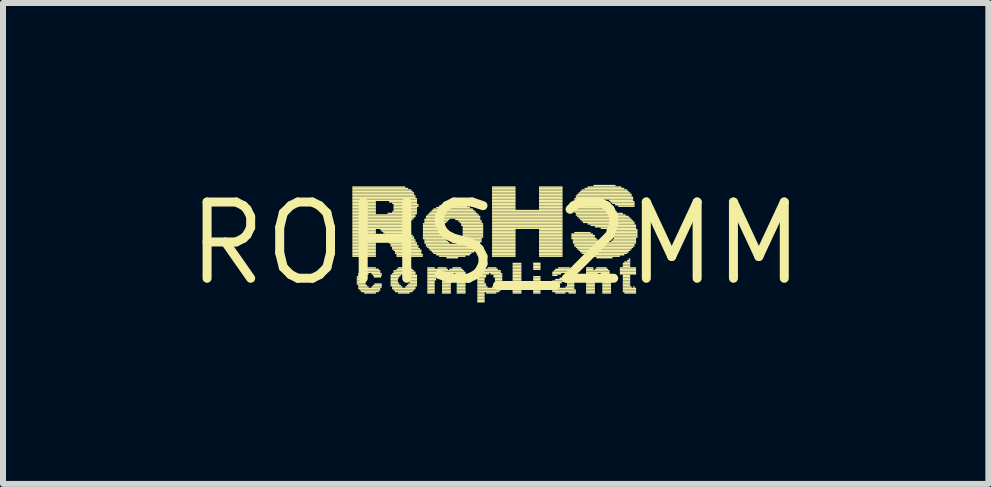
<source format=kicad_pcb>
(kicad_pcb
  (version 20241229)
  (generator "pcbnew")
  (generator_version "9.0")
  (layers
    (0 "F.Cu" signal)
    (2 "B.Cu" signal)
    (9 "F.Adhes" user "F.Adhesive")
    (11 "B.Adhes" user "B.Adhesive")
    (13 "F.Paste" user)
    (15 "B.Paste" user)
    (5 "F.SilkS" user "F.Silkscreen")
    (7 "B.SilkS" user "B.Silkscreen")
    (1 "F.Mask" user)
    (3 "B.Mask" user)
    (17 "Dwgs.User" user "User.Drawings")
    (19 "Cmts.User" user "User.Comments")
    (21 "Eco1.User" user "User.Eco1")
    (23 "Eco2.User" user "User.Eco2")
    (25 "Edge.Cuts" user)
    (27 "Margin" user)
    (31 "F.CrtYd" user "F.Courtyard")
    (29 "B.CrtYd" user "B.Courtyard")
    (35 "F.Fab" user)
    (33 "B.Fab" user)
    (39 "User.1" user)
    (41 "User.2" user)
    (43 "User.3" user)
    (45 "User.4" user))
  (footprint "ROHS_2MM"
    (layer "F.Cu")
    (at 5.208 1.006)
    (property "Reference" "ROHS_2MM" (at 0 0 0) (layer "F.SilkS") (effects (font (size 1.27 1.27) (thickness 0.15))))
    (attr through_hole)
    (fp_poly (pts (xy -2.388 -0.927) (xy -1.506 -0.927) (xy -1.506 -0.951) (xy -2.388 -0.951)) (stroke (width 0) (type solid)) (fill yes) (layer "F.SilkS"))
    (fp_poly (pts (xy -2.388 -0.902) (xy -1.457 -0.902) (xy -1.457 -0.927) (xy -2.388 -0.927)) (stroke (width 0) (type solid)) (fill yes) (layer "F.SilkS"))
    (fp_poly (pts (xy -2.388 -0.878) (xy -1.408 -0.878) (xy -1.408 -0.902) (xy -2.388 -0.902)) (stroke (width 0) (type solid)) (fill yes) (layer "F.SilkS"))
    (fp_poly (pts (xy -2.388 -0.853) (xy -1.384 -0.853) (xy -1.384 -0.878) (xy -2.388 -0.878)) (stroke (width 0) (type solid)) (fill yes) (layer "F.SilkS"))
    (fp_poly (pts (xy -2.388 -0.829) (xy -1.359 -0.829) (xy -1.359 -0.853) (xy -2.388 -0.853)) (stroke (width 0) (type solid)) (fill yes) (layer "F.SilkS"))
    (fp_poly (pts (xy -2.388 -0.804) (xy -1.359 -0.804) (xy -1.359 -0.829) (xy -2.388 -0.829)) (stroke (width 0) (type solid)) (fill yes) (layer "F.SilkS"))
    (fp_poly (pts (xy -2.388 -0.78) (xy -1.335 -0.78) (xy -1.335 -0.804) (xy -2.388 -0.804)) (stroke (width 0) (type solid)) (fill yes) (layer "F.SilkS"))
    (fp_poly (pts (xy -2.388 -0.756) (xy -1.335 -0.756) (xy -1.335 -0.78) (xy -2.388 -0.78)) (stroke (width 0) (type solid)) (fill yes) (layer "F.SilkS"))
    (fp_poly (pts (xy -2.388 -0.731) (xy -1.31 -0.731) (xy -1.31 -0.756) (xy -2.388 -0.756)) (stroke (width 0) (type solid)) (fill yes) (layer "F.SilkS"))
    (fp_poly (pts (xy -2.388 -0.707) (xy -1.31 -0.707) (xy -1.31 -0.731) (xy -2.388 -0.731)) (stroke (width 0) (type solid)) (fill yes) (layer "F.SilkS"))
    (fp_poly (pts (xy -2.388 -0.682) (xy -1.996 -0.682) (xy -1.996 -0.707) (xy -2.388 -0.707)) (stroke (width 0) (type solid)) (fill yes) (layer "F.SilkS"))
    (fp_poly (pts (xy -2.388 -0.658) (xy -1.996 -0.658) (xy -1.996 -0.682) (xy -2.388 -0.682)) (stroke (width 0) (type solid)) (fill yes) (layer "F.SilkS"))
    (fp_poly (pts (xy -2.388 -0.633) (xy -1.996 -0.633) (xy -1.996 -0.658) (xy -2.388 -0.658)) (stroke (width 0) (type solid)) (fill yes) (layer "F.SilkS"))
    (fp_poly (pts (xy -2.388 -0.609) (xy -1.996 -0.609) (xy -1.996 -0.633) (xy -2.388 -0.633)) (stroke (width 0) (type solid)) (fill yes) (layer "F.SilkS"))
    (fp_poly (pts (xy -2.388 -0.584) (xy -1.996 -0.584) (xy -1.996 -0.609) (xy -2.388 -0.609)) (stroke (width 0) (type solid)) (fill yes) (layer "F.SilkS"))
    (fp_poly (pts (xy -2.388 -0.56) (xy -1.996 -0.56) (xy -1.996 -0.584) (xy -2.388 -0.584)) (stroke (width 0) (type solid)) (fill yes) (layer "F.SilkS"))
    (fp_poly (pts (xy -2.388 -0.535) (xy -1.996 -0.535) (xy -1.996 -0.56) (xy -2.388 -0.56)) (stroke (width 0) (type solid)) (fill yes) (layer "F.SilkS"))
    (fp_poly (pts (xy -2.388 -0.511) (xy -1.996 -0.511) (xy -1.996 -0.535) (xy -2.388 -0.535)) (stroke (width 0) (type solid)) (fill yes) (layer "F.SilkS"))
    (fp_poly (pts (xy -2.388 -0.486) (xy -1.996 -0.486) (xy -1.996 -0.511) (xy -2.388 -0.511)) (stroke (width 0) (type solid)) (fill yes) (layer "F.SilkS"))
    (fp_poly (pts (xy -2.388 -0.462) (xy -1.335 -0.462) (xy -1.335 -0.486) (xy -2.388 -0.486)) (stroke (width 0) (type solid)) (fill yes) (layer "F.SilkS"))
    (fp_poly (pts (xy -2.388 -0.437) (xy -1.335 -0.437) (xy -1.335 -0.462) (xy -2.388 -0.462)) (stroke (width 0) (type solid)) (fill yes) (layer "F.SilkS"))
    (fp_poly (pts (xy -2.388 -0.413) (xy -1.359 -0.413) (xy -1.359 -0.437) (xy -2.388 -0.437)) (stroke (width 0) (type solid)) (fill yes) (layer "F.SilkS"))
    (fp_poly (pts (xy -2.388 -0.388) (xy -1.384 -0.388) (xy -1.384 -0.413) (xy -2.388 -0.413)) (stroke (width 0) (type solid)) (fill yes) (layer "F.SilkS"))
    (fp_poly (pts (xy -2.388 -0.364) (xy -1.408 -0.364) (xy -1.408 -0.388) (xy -2.388 -0.388)) (stroke (width 0) (type solid)) (fill yes) (layer "F.SilkS"))
    (fp_poly (pts (xy -2.388 -0.339) (xy -1.433 -0.339) (xy -1.433 -0.364) (xy -2.388 -0.364)) (stroke (width 0) (type solid)) (fill yes) (layer "F.SilkS"))
    (fp_poly (pts (xy -2.388 -0.315) (xy -1.482 -0.315) (xy -1.482 -0.339) (xy -2.388 -0.339)) (stroke (width 0) (type solid)) (fill yes) (layer "F.SilkS"))
    (fp_poly (pts (xy -2.388 -0.29) (xy -1.531 -0.29) (xy -1.531 -0.315) (xy -2.388 -0.315)) (stroke (width 0) (type solid)) (fill yes) (layer "F.SilkS"))
    (fp_poly (pts (xy -2.388 -0.266) (xy -1.506 -0.266) (xy -1.506 -0.29) (xy -2.388 -0.29)) (stroke (width 0) (type solid)) (fill yes) (layer "F.SilkS"))
    (fp_poly (pts (xy -2.388 -0.241) (xy -1.482 -0.241) (xy -1.482 -0.266) (xy -2.388 -0.266)) (stroke (width 0) (type solid)) (fill yes) (layer "F.SilkS"))
    (fp_poly (pts (xy -2.388 -0.217) (xy -1.996 -0.217) (xy -1.996 -0.241) (xy -2.388 -0.241)) (stroke (width 0) (type solid)) (fill yes) (layer "F.SilkS"))
    (fp_poly (pts (xy -2.388 -0.192) (xy -1.996 -0.192) (xy -1.996 -0.217) (xy -2.388 -0.217)) (stroke (width 0) (type solid)) (fill yes) (layer "F.SilkS"))
    (fp_poly (pts (xy -2.388 -0.168) (xy -1.996 -0.168) (xy -1.996 -0.192) (xy -2.388 -0.192)) (stroke (width 0) (type solid)) (fill yes) (layer "F.SilkS"))
    (fp_poly (pts (xy -2.388 -0.143) (xy -1.996 -0.143) (xy -1.996 -0.168) (xy -2.388 -0.168)) (stroke (width 0) (type solid)) (fill yes) (layer "F.SilkS"))
    (fp_poly (pts (xy -2.388 -0.119) (xy -1.996 -0.119) (xy -1.996 -0.143) (xy -2.388 -0.143)) (stroke (width 0) (type solid)) (fill yes) (layer "F.SilkS"))
    (fp_poly (pts (xy -2.388 -0.094) (xy -1.996 -0.094) (xy -1.996 -0.119) (xy -2.388 -0.119)) (stroke (width 0) (type solid)) (fill yes) (layer "F.SilkS"))
    (fp_poly (pts (xy -2.388 -0.07) (xy -1.996 -0.07) (xy -1.996 -0.094) (xy -2.388 -0.094)) (stroke (width 0) (type solid)) (fill yes) (layer "F.SilkS"))
    (fp_poly (pts (xy -2.388 -0.045) (xy -1.996 -0.045) (xy -1.996 -0.07) (xy -2.388 -0.07)) (stroke (width 0) (type solid)) (fill yes) (layer "F.SilkS"))
    (fp_poly (pts (xy -2.388 -0.021) (xy -1.996 -0.021) (xy -1.996 -0.045) (xy -2.388 -0.045)) (stroke (width 0) (type solid)) (fill yes) (layer "F.SilkS"))
    (fp_poly (pts (xy -2.388 0.004) (xy -1.996 0.004) (xy -1.996 -0.021) (xy -2.388 -0.021)) (stroke (width 0) (type solid)) (fill yes) (layer "F.SilkS"))
    (fp_poly (pts (xy -2.388 0.028) (xy -1.996 0.028) (xy -1.996 0.004) (xy -2.388 0.004)) (stroke (width 0) (type solid)) (fill yes) (layer "F.SilkS"))
    (fp_poly (pts (xy -2.388 0.053) (xy -1.996 0.053) (xy -1.996 0.028) (xy -2.388 0.028)) (stroke (width 0) (type solid)) (fill yes) (layer "F.SilkS"))
    (fp_poly (pts (xy -2.388 0.077) (xy -1.996 0.077) (xy -1.996 0.053) (xy -2.388 0.053)) (stroke (width 0) (type solid)) (fill yes) (layer "F.SilkS"))
    (fp_poly (pts (xy -2.388 0.102) (xy -1.996 0.102) (xy -1.996 0.077) (xy -2.388 0.077)) (stroke (width 0) (type solid)) (fill yes) (layer "F.SilkS"))
    (fp_poly (pts (xy -2.388 0.126) (xy -1.996 0.126) (xy -1.996 0.102) (xy -2.388 0.102)) (stroke (width 0) (type solid)) (fill yes) (layer "F.SilkS"))
    (fp_poly (pts (xy -2.388 0.151) (xy -1.996 0.151) (xy -1.996 0.126) (xy -2.388 0.126)) (stroke (width 0) (type solid)) (fill yes) (layer "F.SilkS"))
    (fp_poly (pts (xy -2.388 0.175) (xy -1.996 0.175) (xy -1.996 0.151) (xy -2.388 0.151)) (stroke (width 0) (type solid)) (fill yes) (layer "F.SilkS"))
    (fp_poly (pts (xy -2.388 0.2) (xy -1.996 0.2) (xy -1.996 0.175) (xy -2.388 0.175)) (stroke (width 0) (type solid)) (fill yes) (layer "F.SilkS"))
    (fp_poly (pts (xy -2.388 0.224) (xy -1.996 0.224) (xy -1.996 0.2) (xy -2.388 0.2)) (stroke (width 0) (type solid)) (fill yes) (layer "F.SilkS"))
    (fp_poly (pts (xy -2.314 0.567) (xy -2.167 0.567) (xy -2.167 0.542) (xy -2.314 0.542)) (stroke (width 0) (type solid)) (fill yes) (layer "F.SilkS"))
    (fp_poly (pts (xy -2.314 0.591) (xy -2.167 0.591) (xy -2.167 0.567) (xy -2.314 0.567)) (stroke (width 0) (type solid)) (fill yes) (layer "F.SilkS"))
    (fp_poly (pts (xy -2.314 0.616) (xy -2.167 0.616) (xy -2.167 0.591) (xy -2.314 0.591)) (stroke (width 0) (type solid)) (fill yes) (layer "F.SilkS"))
    (fp_poly (pts (xy -2.314 0.64) (xy -2.167 0.64) (xy -2.167 0.616) (xy -2.314 0.616)) (stroke (width 0) (type solid)) (fill yes) (layer "F.SilkS"))
    (fp_poly (pts (xy -2.314 0.665) (xy -2.167 0.665) (xy -2.167 0.64) (xy -2.314 0.64)) (stroke (width 0) (type solid)) (fill yes) (layer "F.SilkS"))
    (fp_poly (pts (xy -2.314 0.689) (xy -2.167 0.689) (xy -2.167 0.665) (xy -2.314 0.665)) (stroke (width 0) (type solid)) (fill yes) (layer "F.SilkS"))
    (fp_poly (pts (xy -2.29 0.518) (xy -2.118 0.518) (xy -2.118 0.493) (xy -2.29 0.493)) (stroke (width 0) (type solid)) (fill yes) (layer "F.SilkS"))
    (fp_poly (pts (xy -2.29 0.542) (xy -2.143 0.542) (xy -2.143 0.518) (xy -2.29 0.518)) (stroke (width 0) (type solid)) (fill yes) (layer "F.SilkS"))
    (fp_poly (pts (xy -2.29 0.714) (xy -2.143 0.714) (xy -2.143 0.689) (xy -2.29 0.689)) (stroke (width 0) (type solid)) (fill yes) (layer "F.SilkS"))
    (fp_poly (pts (xy -2.29 0.738) (xy -2.118 0.738) (xy -2.118 0.714) (xy -2.29 0.714)) (stroke (width 0) (type solid)) (fill yes) (layer "F.SilkS"))
    (fp_poly (pts (xy -2.29 0.763) (xy -1.922 0.763) (xy -1.922 0.738) (xy -2.29 0.738)) (stroke (width 0) (type solid)) (fill yes) (layer "F.SilkS"))
    (fp_poly (pts (xy -2.265 0.469) (xy -1.922 0.469) (xy -1.922 0.444) (xy -2.265 0.444)) (stroke (width 0) (type solid)) (fill yes) (layer "F.SilkS"))
    (fp_poly (pts (xy -2.265 0.493) (xy -1.922 0.493) (xy -1.922 0.469) (xy -2.265 0.469)) (stroke (width 0) (type solid)) (fill yes) (layer "F.SilkS"))
    (fp_poly (pts (xy -2.265 0.787) (xy -1.922 0.787) (xy -1.922 0.763) (xy -2.265 0.763)) (stroke (width 0) (type solid)) (fill yes) (layer "F.SilkS"))
    (fp_poly (pts (xy -2.241 0.444) (xy -1.947 0.444) (xy -1.947 0.42) (xy -2.241 0.42)) (stroke (width 0) (type solid)) (fill yes) (layer "F.SilkS"))
    (fp_poly (pts (xy -2.241 0.812) (xy -1.947 0.812) (xy -1.947 0.787) (xy -2.241 0.787)) (stroke (width 0) (type solid)) (fill yes) (layer "F.SilkS"))
    (fp_poly (pts (xy -2.192 0.42) (xy -1.996 0.42) (xy -1.996 0.396) (xy -2.192 0.396)) (stroke (width 0) (type solid)) (fill yes) (layer "F.SilkS"))
    (fp_poly (pts (xy -2.192 0.836) (xy -1.996 0.836) (xy -1.996 0.812) (xy -2.192 0.812)) (stroke (width 0) (type solid)) (fill yes) (layer "F.SilkS"))
    (fp_poly (pts (xy -2.069 0.518) (xy -1.898 0.518) (xy -1.898 0.493) (xy -2.069 0.493)) (stroke (width 0) (type solid)) (fill yes) (layer "F.SilkS"))
    (fp_poly (pts (xy -2.069 0.738) (xy -1.898 0.738) (xy -1.898 0.714) (xy -2.069 0.714)) (stroke (width 0) (type solid)) (fill yes) (layer "F.SilkS"))
    (fp_poly (pts (xy -2.045 0.542) (xy -1.898 0.542) (xy -1.898 0.518) (xy -2.045 0.518)) (stroke (width 0) (type solid)) (fill yes) (layer "F.SilkS"))
    (fp_poly (pts (xy -2.045 0.714) (xy -1.898 0.714) (xy -1.898 0.689) (xy -2.045 0.689)) (stroke (width 0) (type solid)) (fill yes) (layer "F.SilkS"))
    (fp_poly (pts (xy -2.03 0.567) (xy -1.91 0.567) (xy -1.91 0.542) (xy -2.03 0.542)) (stroke (width 0) (type solid)) (fill yes) (layer "F.SilkS"))
    (fp_poly (pts (xy -2.02 0.689) (xy -1.898 0.689) (xy -1.898 0.665) (xy -2.02 0.665)) (stroke (width 0) (type solid)) (fill yes) (layer "F.SilkS"))
    (fp_poly (pts (xy -1.922 -0.217) (xy -1.457 -0.217) (xy -1.457 -0.241) (xy -1.922 -0.241)) (stroke (width 0) (type solid)) (fill yes) (layer "F.SilkS"))
    (fp_poly (pts (xy -1.898 -0.192) (xy -1.433 -0.192) (xy -1.433 -0.217) (xy -1.898 -0.217)) (stroke (width 0) (type solid)) (fill yes) (layer "F.SilkS"))
    (fp_poly (pts (xy -1.873 -0.168) (xy -1.408 -0.168) (xy -1.408 -0.192) (xy -1.873 -0.192)) (stroke (width 0) (type solid)) (fill yes) (layer "F.SilkS"))
    (fp_poly (pts (xy -1.849 -0.143) (xy -1.408 -0.143) (xy -1.408 -0.168) (xy -1.849 -0.168)) (stroke (width 0) (type solid)) (fill yes) (layer "F.SilkS"))
    (fp_poly (pts (xy -1.825 -0.119) (xy -1.384 -0.119) (xy -1.384 -0.143) (xy -1.825 -0.143)) (stroke (width 0) (type solid)) (fill yes) (layer "F.SilkS"))
    (fp_poly (pts (xy -1.825 -0.094) (xy -1.359 -0.094) (xy -1.359 -0.119) (xy -1.825 -0.119)) (stroke (width 0) (type solid)) (fill yes) (layer "F.SilkS"))
    (fp_poly (pts (xy -1.8 -0.486) (xy -1.31 -0.486) (xy -1.31 -0.511) (xy -1.8 -0.511)) (stroke (width 0) (type solid)) (fill yes) (layer "F.SilkS"))
    (fp_poly (pts (xy -1.8 -0.07) (xy -1.359 -0.07) (xy -1.359 -0.094) (xy -1.8 -0.094)) (stroke (width 0) (type solid)) (fill yes) (layer "F.SilkS"))
    (fp_poly (pts (xy -1.8 -0.045) (xy -1.335 -0.045) (xy -1.335 -0.07) (xy -1.8 -0.07)) (stroke (width 0) (type solid)) (fill yes) (layer "F.SilkS"))
    (fp_poly (pts (xy -1.776 -0.682) (xy -1.31 -0.682) (xy -1.31 -0.707) (xy -1.776 -0.707)) (stroke (width 0) (type solid)) (fill yes) (layer "F.SilkS"))
    (fp_poly (pts (xy -1.776 -0.021) (xy -1.335 -0.021) (xy -1.335 -0.045) (xy -1.776 -0.045)) (stroke (width 0) (type solid)) (fill yes) (layer "F.SilkS"))
    (fp_poly (pts (xy -1.776 0.004) (xy -1.31 0.004) (xy -1.31 -0.021) (xy -1.776 -0.021)) (stroke (width 0) (type solid)) (fill yes) (layer "F.SilkS"))
    (fp_poly (pts (xy -1.751 0.028) (xy -1.31 0.028) (xy -1.31 0.004) (xy -1.751 0.004)) (stroke (width 0) (type solid)) (fill yes) (layer "F.SilkS"))
    (fp_poly (pts (xy -1.751 0.053) (xy -1.286 0.053) (xy -1.286 0.028) (xy -1.751 0.028)) (stroke (width 0) (type solid)) (fill yes) (layer "F.SilkS"))
    (fp_poly (pts (xy -1.751 0.542) (xy -1.58 0.542) (xy -1.58 0.518) (xy -1.751 0.518)) (stroke (width 0) (type solid)) (fill yes) (layer "F.SilkS"))
    (fp_poly (pts (xy -1.751 0.567) (xy -1.604 0.567) (xy -1.604 0.542) (xy -1.751 0.542)) (stroke (width 0) (type solid)) (fill yes) (layer "F.SilkS"))
    (fp_poly (pts (xy -1.751 0.591) (xy -1.62 0.591) (xy -1.62 0.567) (xy -1.751 0.567)) (stroke (width 0) (type solid)) (fill yes) (layer "F.SilkS"))
    (fp_poly (pts (xy -1.751 0.616) (xy -1.629 0.616) (xy -1.629 0.591) (xy -1.751 0.591)) (stroke (width 0) (type solid)) (fill yes) (layer "F.SilkS"))
    (fp_poly (pts (xy -1.751 0.64) (xy -1.629 0.64) (xy -1.629 0.616) (xy -1.751 0.616)) (stroke (width 0) (type solid)) (fill yes) (layer "F.SilkS"))
    (fp_poly (pts (xy -1.751 0.665) (xy -1.62 0.665) (xy -1.62 0.64) (xy -1.751 0.64)) (stroke (width 0) (type solid)) (fill yes) (layer "F.SilkS"))
    (fp_poly (pts (xy -1.751 0.689) (xy -1.604 0.689) (xy -1.604 0.665) (xy -1.751 0.665)) (stroke (width 0) (type solid)) (fill yes) (layer "F.SilkS"))
    (fp_poly (pts (xy -1.751 0.714) (xy -1.58 0.714) (xy -1.58 0.689) (xy -1.751 0.689)) (stroke (width 0) (type solid)) (fill yes) (layer "F.SilkS"))
    (fp_poly (pts (xy -1.726 -0.658) (xy -1.31 -0.658) (xy -1.31 -0.682) (xy -1.726 -0.682)) (stroke (width 0) (type solid)) (fill yes) (layer "F.SilkS"))
    (fp_poly (pts (xy -1.726 -0.511) (xy -1.31 -0.511) (xy -1.31 -0.535) (xy -1.726 -0.535)) (stroke (width 0) (type solid)) (fill yes) (layer "F.SilkS"))
    (fp_poly (pts (xy -1.726 0.077) (xy -1.286 0.077) (xy -1.286 0.053) (xy -1.726 0.053)) (stroke (width 0) (type solid)) (fill yes) (layer "F.SilkS"))
    (fp_poly (pts (xy -1.726 0.102) (xy -1.261 0.102) (xy -1.261 0.077) (xy -1.726 0.077)) (stroke (width 0) (type solid)) (fill yes) (layer "F.SilkS"))
    (fp_poly (pts (xy -1.726 0.518) (xy -1.335 0.518) (xy -1.335 0.493) (xy -1.726 0.493)) (stroke (width 0) (type solid)) (fill yes) (layer "F.SilkS"))
    (fp_poly (pts (xy -1.726 0.738) (xy -1.555 0.738) (xy -1.555 0.714) (xy -1.726 0.714)) (stroke (width 0) (type solid)) (fill yes) (layer "F.SilkS"))
    (fp_poly (pts (xy -1.726 0.763) (xy -1.335 0.763) (xy -1.335 0.738) (xy -1.726 0.738)) (stroke (width 0) (type solid)) (fill yes) (layer "F.SilkS"))
    (fp_poly (pts (xy -1.702 -0.633) (xy -1.286 -0.633) (xy -1.286 -0.658) (xy -1.702 -0.658)) (stroke (width 0) (type solid)) (fill yes) (layer "F.SilkS"))
    (fp_poly (pts (xy -1.702 -0.609) (xy -1.286 -0.609) (xy -1.286 -0.633) (xy -1.702 -0.633)) (stroke (width 0) (type solid)) (fill yes) (layer "F.SilkS"))
    (fp_poly (pts (xy -1.702 -0.584) (xy -1.31 -0.584) (xy -1.31 -0.609) (xy -1.702 -0.609)) (stroke (width 0) (type solid)) (fill yes) (layer "F.SilkS"))
    (fp_poly (pts (xy -1.702 -0.56) (xy -1.31 -0.56) (xy -1.31 -0.584) (xy -1.702 -0.584)) (stroke (width 0) (type solid)) (fill yes) (layer "F.SilkS"))
    (fp_poly (pts (xy -1.702 -0.535) (xy -1.31 -0.535) (xy -1.31 -0.56) (xy -1.702 -0.56)) (stroke (width 0) (type solid)) (fill yes) (layer "F.SilkS"))
    (fp_poly (pts (xy -1.702 0.126) (xy -1.237 0.126) (xy -1.237 0.102) (xy -1.702 0.102)) (stroke (width 0) (type solid)) (fill yes) (layer "F.SilkS"))
    (fp_poly (pts (xy -1.702 0.469) (xy -1.359 0.469) (xy -1.359 0.444) (xy -1.702 0.444)) (stroke (width 0) (type solid)) (fill yes) (layer "F.SilkS"))
    (fp_poly (pts (xy -1.702 0.493) (xy -1.335 0.493) (xy -1.335 0.469) (xy -1.702 0.469)) (stroke (width 0) (type solid)) (fill yes) (layer "F.SilkS"))
    (fp_poly (pts (xy -1.702 0.787) (xy -1.359 0.787) (xy -1.359 0.763) (xy -1.702 0.763)) (stroke (width 0) (type solid)) (fill yes) (layer "F.SilkS"))
    (fp_poly (pts (xy -1.678 0.151) (xy -1.237 0.151) (xy -1.237 0.126) (xy -1.678 0.126)) (stroke (width 0) (type solid)) (fill yes) (layer "F.SilkS"))
    (fp_poly (pts (xy -1.678 0.175) (xy -1.237 0.175) (xy -1.237 0.151) (xy -1.678 0.151)) (stroke (width 0) (type solid)) (fill yes) (layer "F.SilkS"))
    (fp_poly (pts (xy -1.678 0.812) (xy -1.384 0.812) (xy -1.384 0.787) (xy -1.678 0.787)) (stroke (width 0) (type solid)) (fill yes) (layer "F.SilkS"))
    (fp_poly (pts (xy -1.653 0.2) (xy -1.212 0.2) (xy -1.212 0.175) (xy -1.653 0.175)) (stroke (width 0) (type solid)) (fill yes) (layer "F.SilkS"))
    (fp_poly (pts (xy -1.653 0.224) (xy -1.212 0.224) (xy -1.212 0.2) (xy -1.653 0.2)) (stroke (width 0) (type solid)) (fill yes) (layer "F.SilkS"))
    (fp_poly (pts (xy -1.653 0.444) (xy -1.384 0.444) (xy -1.384 0.42) (xy -1.653 0.42)) (stroke (width 0) (type solid)) (fill yes) (layer "F.SilkS"))
    (fp_poly (pts (xy -1.629 0.42) (xy -1.433 0.42) (xy -1.433 0.396) (xy -1.629 0.396)) (stroke (width 0) (type solid)) (fill yes) (layer "F.SilkS"))
    (fp_poly (pts (xy -1.629 0.836) (xy -1.433 0.836) (xy -1.433 0.812) (xy -1.629 0.812)) (stroke (width 0) (type solid)) (fill yes) (layer "F.SilkS"))
    (fp_poly (pts (xy -1.506 0.738) (xy -1.335 0.738) (xy -1.335 0.714) (xy -1.506 0.714)) (stroke (width 0) (type solid)) (fill yes) (layer "F.SilkS"))
    (fp_poly (pts (xy -1.482 0.542) (xy -1.31 0.542) (xy -1.31 0.518) (xy -1.482 0.518)) (stroke (width 0) (type solid)) (fill yes) (layer "F.SilkS"))
    (fp_poly (pts (xy -1.482 0.714) (xy -1.31 0.714) (xy -1.31 0.689) (xy -1.482 0.689)) (stroke (width 0) (type solid)) (fill yes) (layer "F.SilkS"))
    (fp_poly (pts (xy -1.457 0.567) (xy -1.31 0.567) (xy -1.31 0.542) (xy -1.457 0.542)) (stroke (width 0) (type solid)) (fill yes) (layer "F.SilkS"))
    (fp_poly (pts (xy -1.457 0.689) (xy -1.31 0.689) (xy -1.31 0.665) (xy -1.457 0.665)) (stroke (width 0) (type solid)) (fill yes) (layer "F.SilkS"))
    (fp_poly (pts (xy -1.433 0.591) (xy -1.31 0.591) (xy -1.31 0.567) (xy -1.433 0.567)) (stroke (width 0) (type solid)) (fill yes) (layer "F.SilkS"))
    (fp_poly (pts (xy -1.433 0.616) (xy -1.31 0.616) (xy -1.31 0.591) (xy -1.433 0.591)) (stroke (width 0) (type solid)) (fill yes) (layer "F.SilkS"))
    (fp_poly (pts (xy -1.433 0.64) (xy -1.31 0.64) (xy -1.31 0.616) (xy -1.433 0.616)) (stroke (width 0) (type solid)) (fill yes) (layer "F.SilkS"))
    (fp_poly (pts (xy -1.433 0.665) (xy -1.31 0.665) (xy -1.31 0.64) (xy -1.433 0.64)) (stroke (width 0) (type solid)) (fill yes) (layer "F.SilkS"))
    (fp_poly (pts (xy -1.212 -0.315) (xy -0.845 -0.315) (xy -0.845 -0.339) (xy -1.212 -0.339)) (stroke (width 0) (type solid)) (fill yes) (layer "F.SilkS"))
    (fp_poly (pts (xy -1.212 -0.29) (xy -0.845 -0.29) (xy -0.845 -0.315) (xy -1.212 -0.315)) (stroke (width 0) (type solid)) (fill yes) (layer "F.SilkS"))
    (fp_poly (pts (xy -1.212 -0.266) (xy -0.869 -0.266) (xy -0.869 -0.29) (xy -1.212 -0.29)) (stroke (width 0) (type solid)) (fill yes) (layer "F.SilkS"))
    (fp_poly (pts (xy -1.212 -0.241) (xy -0.869 -0.241) (xy -0.869 -0.266) (xy -1.212 -0.266)) (stroke (width 0) (type solid)) (fill yes) (layer "F.SilkS"))
    (fp_poly (pts (xy -1.212 -0.217) (xy -0.869 -0.217) (xy -0.869 -0.241) (xy -1.212 -0.241)) (stroke (width 0) (type solid)) (fill yes) (layer "F.SilkS"))
    (fp_poly (pts (xy -1.212 -0.192) (xy -0.869 -0.192) (xy -0.869 -0.217) (xy -1.212 -0.217)) (stroke (width 0) (type solid)) (fill yes) (layer "F.SilkS"))
    (fp_poly (pts (xy -1.212 -0.168) (xy -0.869 -0.168) (xy -0.869 -0.192) (xy -1.212 -0.192)) (stroke (width 0) (type solid)) (fill yes) (layer "F.SilkS"))
    (fp_poly (pts (xy -1.212 -0.143) (xy -0.869 -0.143) (xy -0.869 -0.168) (xy -1.212 -0.168)) (stroke (width 0) (type solid)) (fill yes) (layer "F.SilkS"))
    (fp_poly (pts (xy -1.212 -0.119) (xy -0.869 -0.119) (xy -0.869 -0.143) (xy -1.212 -0.143)) (stroke (width 0) (type solid)) (fill yes) (layer "F.SilkS"))
    (fp_poly (pts (xy -1.212 -0.094) (xy -0.845 -0.094) (xy -0.845 -0.119) (xy -1.212 -0.119)) (stroke (width 0) (type solid)) (fill yes) (layer "F.SilkS"))
    (fp_poly (pts (xy -1.212 -0.07) (xy -0.845 -0.07) (xy -0.845 -0.094) (xy -1.212 -0.094)) (stroke (width 0) (type solid)) (fill yes) (layer "F.SilkS"))
    (fp_poly (pts (xy -1.188 -0.388) (xy -0.771 -0.388) (xy -0.771 -0.413) (xy -1.188 -0.413)) (stroke (width 0) (type solid)) (fill yes) (layer "F.SilkS"))
    (fp_poly (pts (xy -1.188 -0.364) (xy -0.796 -0.364) (xy -0.796 -0.388) (xy -1.188 -0.388)) (stroke (width 0) (type solid)) (fill yes) (layer "F.SilkS"))
    (fp_poly (pts (xy -1.188 -0.339) (xy -0.82 -0.339) (xy -0.82 -0.364) (xy -1.188 -0.364)) (stroke (width 0) (type solid)) (fill yes) (layer "F.SilkS"))
    (fp_poly (pts (xy -1.188 -0.045) (xy -0.82 -0.045) (xy -0.82 -0.07) (xy -1.188 -0.07)) (stroke (width 0) (type solid)) (fill yes) (layer "F.SilkS"))
    (fp_poly (pts (xy -1.188 -0.021) (xy -0.796 -0.021) (xy -0.796 -0.045) (xy -1.188 -0.045)) (stroke (width 0) (type solid)) (fill yes) (layer "F.SilkS"))
    (fp_poly (pts (xy -1.188 0.004) (xy -0.771 0.004) (xy -0.771 -0.021) (xy -1.188 -0.021)) (stroke (width 0) (type solid)) (fill yes) (layer "F.SilkS"))
    (fp_poly (pts (xy -1.163 -0.437) (xy -0.257 -0.437) (xy -0.257 -0.462) (xy -1.163 -0.462)) (stroke (width 0) (type solid)) (fill yes) (layer "F.SilkS"))
    (fp_poly (pts (xy -1.163 -0.413) (xy -0.257 -0.413) (xy -0.257 -0.437) (xy -1.163 -0.437)) (stroke (width 0) (type solid)) (fill yes) (layer "F.SilkS"))
    (fp_poly (pts (xy -1.163 0.028) (xy -0.257 0.028) (xy -0.257 0.004) (xy -1.163 0.004)) (stroke (width 0) (type solid)) (fill yes) (layer "F.SilkS"))
    (fp_poly (pts (xy -1.163 0.053) (xy -0.282 0.053) (xy -0.282 0.028) (xy -1.163 0.028)) (stroke (width 0) (type solid)) (fill yes) (layer "F.SilkS"))
    (fp_poly (pts (xy -1.139 -0.462) (xy -0.282 -0.462) (xy -0.282 -0.486) (xy -1.139 -0.486)) (stroke (width 0) (type solid)) (fill yes) (layer "F.SilkS"))
    (fp_poly (pts (xy -1.139 0.077) (xy -0.282 0.077) (xy -0.282 0.053) (xy -1.139 0.053)) (stroke (width 0) (type solid)) (fill yes) (layer "F.SilkS"))
    (fp_poly (pts (xy -1.139 0.42) (xy -1.016 0.42) (xy -1.016 0.396) (xy -1.139 0.396)) (stroke (width 0) (type solid)) (fill yes) (layer "F.SilkS"))
    (fp_poly (pts (xy -1.139 0.444) (xy -0.796 0.444) (xy -0.796 0.42) (xy -1.139 0.42)) (stroke (width 0) (type solid)) (fill yes) (layer "F.SilkS"))
    (fp_poly (pts (xy -1.139 0.469) (xy -0.526 0.469) (xy -0.526 0.444) (xy -1.139 0.444)) (stroke (width 0) (type solid)) (fill yes) (layer "F.SilkS"))
    (fp_poly (pts (xy -1.139 0.493) (xy -0.502 0.493) (xy -0.502 0.469) (xy -1.139 0.469)) (stroke (width 0) (type solid)) (fill yes) (layer "F.SilkS"))
    (fp_poly (pts (xy -1.139 0.518) (xy -0.943 0.518) (xy -0.943 0.493) (xy -1.139 0.493)) (stroke (width 0) (type solid)) (fill yes) (layer "F.SilkS"))
    (fp_poly (pts (xy -1.139 0.542) (xy -0.992 0.542) (xy -0.992 0.518) (xy -1.139 0.518)) (stroke (width 0) (type solid)) (fill yes) (layer "F.SilkS"))
    (fp_poly (pts (xy -1.139 0.567) (xy -0.992 0.567) (xy -0.992 0.542) (xy -1.139 0.542)) (stroke (width 0) (type solid)) (fill yes) (layer "F.SilkS"))
    (fp_poly (pts (xy -1.139 0.591) (xy -0.992 0.591) (xy -0.992 0.567) (xy -1.139 0.567)) (stroke (width 0) (type solid)) (fill yes) (layer "F.SilkS"))
    (fp_poly (pts (xy -1.139 0.616) (xy -0.992 0.616) (xy -0.992 0.591) (xy -1.139 0.591)) (stroke (width 0) (type solid)) (fill yes) (layer "F.SilkS"))
    (fp_poly (pts (xy -1.139 0.64) (xy -1.016 0.64) (xy -1.016 0.616) (xy -1.139 0.616)) (stroke (width 0) (type solid)) (fill yes) (layer "F.SilkS"))
    (fp_poly (pts (xy -1.139 0.665) (xy -1.016 0.665) (xy -1.016 0.64) (xy -1.139 0.64)) (stroke (width 0) (type solid)) (fill yes) (layer "F.SilkS"))
    (fp_poly (pts (xy -1.139 0.689) (xy -1.016 0.689) (xy -1.016 0.665) (xy -1.139 0.665)) (stroke (width 0) (type solid)) (fill yes) (layer "F.SilkS"))
    (fp_poly (pts (xy -1.139 0.714) (xy -1.016 0.714) (xy -1.016 0.689) (xy -1.139 0.689)) (stroke (width 0) (type solid)) (fill yes) (layer "F.SilkS"))
    (fp_poly (pts (xy -1.139 0.738) (xy -1.016 0.738) (xy -1.016 0.714) (xy -1.139 0.714)) (stroke (width 0) (type solid)) (fill yes) (layer "F.SilkS"))
    (fp_poly (pts (xy -1.139 0.763) (xy -1.016 0.763) (xy -1.016 0.738) (xy -1.139 0.738)) (stroke (width 0) (type solid)) (fill yes) (layer "F.SilkS"))
    (fp_poly (pts (xy -1.139 0.787) (xy -1.016 0.787) (xy -1.016 0.763) (xy -1.139 0.763)) (stroke (width 0) (type solid)) (fill yes) (layer "F.SilkS"))
    (fp_poly (pts (xy -1.139 0.812) (xy -1.016 0.812) (xy -1.016 0.787) (xy -1.139 0.787)) (stroke (width 0) (type solid)) (fill yes) (layer "F.SilkS"))
    (fp_poly (pts (xy -1.139 0.836) (xy -1.016 0.836) (xy -1.016 0.812) (xy -1.139 0.812)) (stroke (width 0) (type solid)) (fill yes) (layer "F.SilkS"))
    (fp_poly (pts (xy -1.114 -0.486) (xy -0.306 -0.486) (xy -0.306 -0.511) (xy -1.114 -0.511)) (stroke (width 0) (type solid)) (fill yes) (layer "F.SilkS"))
    (fp_poly (pts (xy -1.114 0.102) (xy -0.306 0.102) (xy -0.306 0.077) (xy -1.114 0.077)) (stroke (width 0) (type solid)) (fill yes) (layer "F.SilkS"))
    (fp_poly (pts (xy -1.09 -0.511) (xy -0.331 -0.511) (xy -0.331 -0.535) (xy -1.09 -0.535)) (stroke (width 0) (type solid)) (fill yes) (layer "F.SilkS"))
    (fp_poly (pts (xy -1.09 0.126) (xy -0.331 0.126) (xy -0.331 0.102) (xy -1.09 0.102)) (stroke (width 0) (type solid)) (fill yes) (layer "F.SilkS"))
    (fp_poly (pts (xy -1.065 -0.535) (xy -0.355 -0.535) (xy -0.355 -0.56) (xy -1.065 -0.56)) (stroke (width 0) (type solid)) (fill yes) (layer "F.SilkS"))
    (fp_poly (pts (xy -1.065 0.151) (xy -0.355 0.151) (xy -0.355 0.126) (xy -1.065 0.126)) (stroke (width 0) (type solid)) (fill yes) (layer "F.SilkS"))
    (fp_poly (pts (xy -1.041 -0.56) (xy -0.38 -0.56) (xy -0.38 -0.584) (xy -1.041 -0.584)) (stroke (width 0) (type solid)) (fill yes) (layer "F.SilkS"))
    (fp_poly (pts (xy -1.041 0.175) (xy -0.404 0.175) (xy -0.404 0.151) (xy -1.041 0.151)) (stroke (width 0) (type solid)) (fill yes) (layer "F.SilkS"))
    (fp_poly (pts (xy -0.992 -0.584) (xy -0.429 -0.584) (xy -0.429 -0.609) (xy -0.992 -0.609)) (stroke (width 0) (type solid)) (fill yes) (layer "F.SilkS"))
    (fp_poly (pts (xy -0.992 0.2) (xy -0.429 0.2) (xy -0.429 0.175) (xy -0.992 0.175)) (stroke (width 0) (type solid)) (fill yes) (layer "F.SilkS"))
    (fp_poly (pts (xy -0.967 0.42) (xy -0.82 0.42) (xy -0.82 0.396) (xy -0.967 0.396)) (stroke (width 0) (type solid)) (fill yes) (layer "F.SilkS"))
    (fp_poly (pts (xy -0.943 -0.609) (xy -0.478 -0.609) (xy -0.478 -0.633) (xy -0.943 -0.633)) (stroke (width 0) (type solid)) (fill yes) (layer "F.SilkS"))
    (fp_poly (pts (xy -0.943 0.224) (xy -0.502 0.224) (xy -0.502 0.2) (xy -0.943 0.2)) (stroke (width 0) (type solid)) (fill yes) (layer "F.SilkS"))
    (fp_poly (pts (xy -0.918 0.518) (xy -0.698 0.518) (xy -0.698 0.493) (xy -0.918 0.493)) (stroke (width 0) (type solid)) (fill yes) (layer "F.SilkS"))
    (fp_poly (pts (xy -0.894 0.542) (xy -0.747 0.542) (xy -0.747 0.518) (xy -0.894 0.518)) (stroke (width 0) (type solid)) (fill yes) (layer "F.SilkS"))
    (fp_poly (pts (xy -0.894 0.567) (xy -0.747 0.567) (xy -0.747 0.542) (xy -0.894 0.542)) (stroke (width 0) (type solid)) (fill yes) (layer "F.SilkS"))
    (fp_poly (pts (xy -0.894 0.591) (xy -0.747 0.591) (xy -0.747 0.567) (xy -0.894 0.567)) (stroke (width 0) (type solid)) (fill yes) (layer "F.SilkS"))
    (fp_poly (pts (xy -0.894 0.616) (xy -0.747 0.616) (xy -0.747 0.591) (xy -0.894 0.591)) (stroke (width 0) (type solid)) (fill yes) (layer "F.SilkS"))
    (fp_poly (pts (xy -0.894 0.64) (xy -0.747 0.64) (xy -0.747 0.616) (xy -0.894 0.616)) (stroke (width 0) (type solid)) (fill yes) (layer "F.SilkS"))
    (fp_poly (pts (xy -0.894 0.665) (xy -0.747 0.665) (xy -0.747 0.64) (xy -0.894 0.64)) (stroke (width 0) (type solid)) (fill yes) (layer "F.SilkS"))
    (fp_poly (pts (xy -0.894 0.689) (xy -0.747 0.689) (xy -0.747 0.665) (xy -0.894 0.665)) (stroke (width 0) (type solid)) (fill yes) (layer "F.SilkS"))
    (fp_poly (pts (xy -0.894 0.714) (xy -0.747 0.714) (xy -0.747 0.689) (xy -0.894 0.689)) (stroke (width 0) (type solid)) (fill yes) (layer "F.SilkS"))
    (fp_poly (pts (xy -0.894 0.738) (xy -0.747 0.738) (xy -0.747 0.714) (xy -0.894 0.714)) (stroke (width 0) (type solid)) (fill yes) (layer "F.SilkS"))
    (fp_poly (pts (xy -0.894 0.763) (xy -0.747 0.763) (xy -0.747 0.738) (xy -0.894 0.738)) (stroke (width 0) (type solid)) (fill yes) (layer "F.SilkS"))
    (fp_poly (pts (xy -0.894 0.787) (xy -0.747 0.787) (xy -0.747 0.763) (xy -0.894 0.763)) (stroke (width 0) (type solid)) (fill yes) (layer "F.SilkS"))
    (fp_poly (pts (xy -0.894 0.812) (xy -0.747 0.812) (xy -0.747 0.787) (xy -0.894 0.787)) (stroke (width 0) (type solid)) (fill yes) (layer "F.SilkS"))
    (fp_poly (pts (xy -0.894 0.836) (xy -0.747 0.836) (xy -0.747 0.812) (xy -0.894 0.812)) (stroke (width 0) (type solid)) (fill yes) (layer "F.SilkS"))
    (fp_poly (pts (xy -0.869 -0.633) (xy -0.551 -0.633) (xy -0.551 -0.658) (xy -0.869 -0.658)) (stroke (width 0) (type solid)) (fill yes) (layer "F.SilkS"))
    (fp_poly (pts (xy -0.82 0.249) (xy -0.625 0.249) (xy -0.625 0.224) (xy -0.82 0.224)) (stroke (width 0) (type solid)) (fill yes) (layer "F.SilkS"))
    (fp_poly (pts (xy -0.771 0.444) (xy -0.551 0.444) (xy -0.551 0.42) (xy -0.771 0.42)) (stroke (width 0) (type solid)) (fill yes) (layer "F.SilkS"))
    (fp_poly (pts (xy -0.722 0.42) (xy -0.576 0.42) (xy -0.576 0.396) (xy -0.722 0.396)) (stroke (width 0) (type solid)) (fill yes) (layer "F.SilkS"))
    (fp_poly (pts (xy -0.673 -0.388) (xy -0.257 -0.388) (xy -0.257 -0.413) (xy -0.673 -0.413)) (stroke (width 0) (type solid)) (fill yes) (layer "F.SilkS"))
    (fp_poly (pts (xy -0.673 0.518) (xy -0.502 0.518) (xy -0.502 0.493) (xy -0.673 0.493)) (stroke (width 0) (type solid)) (fill yes) (layer "F.SilkS"))
    (fp_poly (pts (xy -0.649 0.004) (xy -0.257 0.004) (xy -0.257 -0.021) (xy -0.649 -0.021)) (stroke (width 0) (type solid)) (fill yes) (layer "F.SilkS"))
    (fp_poly (pts (xy -0.649 0.542) (xy -0.502 0.542) (xy -0.502 0.518) (xy -0.649 0.518)) (stroke (width 0) (type solid)) (fill yes) (layer "F.SilkS"))
    (fp_poly (pts (xy -0.649 0.567) (xy -0.502 0.567) (xy -0.502 0.542) (xy -0.649 0.542)) (stroke (width 0) (type solid)) (fill yes) (layer "F.SilkS"))
    (fp_poly (pts (xy -0.649 0.591) (xy -0.502 0.591) (xy -0.502 0.567) (xy -0.649 0.567)) (stroke (width 0) (type solid)) (fill yes) (layer "F.SilkS"))
    (fp_poly (pts (xy -0.649 0.616) (xy -0.502 0.616) (xy -0.502 0.591) (xy -0.649 0.591)) (stroke (width 0) (type solid)) (fill yes) (layer "F.SilkS"))
    (fp_poly (pts (xy -0.649 0.64) (xy -0.502 0.64) (xy -0.502 0.616) (xy -0.649 0.616)) (stroke (width 0) (type solid)) (fill yes) (layer "F.SilkS"))
    (fp_poly (pts (xy -0.649 0.665) (xy -0.502 0.665) (xy -0.502 0.64) (xy -0.649 0.64)) (stroke (width 0) (type solid)) (fill yes) (layer "F.SilkS"))
    (fp_poly (pts (xy -0.649 0.689) (xy -0.502 0.689) (xy -0.502 0.665) (xy -0.649 0.665)) (stroke (width 0) (type solid)) (fill yes) (layer "F.SilkS"))
    (fp_poly (pts (xy -0.649 0.714) (xy -0.502 0.714) (xy -0.502 0.689) (xy -0.649 0.689)) (stroke (width 0) (type solid)) (fill yes) (layer "F.SilkS"))
    (fp_poly (pts (xy -0.649 0.738) (xy -0.502 0.738) (xy -0.502 0.714) (xy -0.649 0.714)) (stroke (width 0) (type solid)) (fill yes) (layer "F.SilkS"))
    (fp_poly (pts (xy -0.649 0.763) (xy -0.502 0.763) (xy -0.502 0.738) (xy -0.649 0.738)) (stroke (width 0) (type solid)) (fill yes) (layer "F.SilkS"))
    (fp_poly (pts (xy -0.649 0.787) (xy -0.502 0.787) (xy -0.502 0.763) (xy -0.649 0.763)) (stroke (width 0) (type solid)) (fill yes) (layer "F.SilkS"))
    (fp_poly (pts (xy -0.649 0.812) (xy -0.502 0.812) (xy -0.502 0.787) (xy -0.649 0.787)) (stroke (width 0) (type solid)) (fill yes) (layer "F.SilkS"))
    (fp_poly (pts (xy -0.649 0.836) (xy -0.502 0.836) (xy -0.502 0.812) (xy -0.649 0.812)) (stroke (width 0) (type solid)) (fill yes) (layer "F.SilkS"))
    (fp_poly (pts (xy -0.625 -0.364) (xy -0.233 -0.364) (xy -0.233 -0.388) (xy -0.625 -0.388)) (stroke (width 0) (type solid)) (fill yes) (layer "F.SilkS"))
    (fp_poly (pts (xy -0.625 -0.021) (xy -0.233 -0.021) (xy -0.233 -0.045) (xy -0.625 -0.045)) (stroke (width 0) (type solid)) (fill yes) (layer "F.SilkS"))
    (fp_poly (pts (xy -0.6 -0.339) (xy -0.233 -0.339) (xy -0.233 -0.364) (xy -0.6 -0.364)) (stroke (width 0) (type solid)) (fill yes) (layer "F.SilkS"))
    (fp_poly (pts (xy -0.6 -0.045) (xy -0.233 -0.045) (xy -0.233 -0.07) (xy -0.6 -0.07)) (stroke (width 0) (type solid)) (fill yes) (layer "F.SilkS"))
    (fp_poly (pts (xy -0.576 -0.315) (xy -0.208 -0.315) (xy -0.208 -0.339) (xy -0.576 -0.339)) (stroke (width 0) (type solid)) (fill yes) (layer "F.SilkS"))
    (fp_poly (pts (xy -0.576 -0.29) (xy -0.208 -0.29) (xy -0.208 -0.315) (xy -0.576 -0.315)) (stroke (width 0) (type solid)) (fill yes) (layer "F.SilkS"))
    (fp_poly (pts (xy -0.576 -0.094) (xy -0.208 -0.094) (xy -0.208 -0.119) (xy -0.576 -0.119)) (stroke (width 0) (type solid)) (fill yes) (layer "F.SilkS"))
    (fp_poly (pts (xy -0.576 -0.07) (xy -0.233 -0.07) (xy -0.233 -0.094) (xy -0.576 -0.094)) (stroke (width 0) (type solid)) (fill yes) (layer "F.SilkS"))
    (fp_poly (pts (xy -0.55 -0.266) (xy -0.208 -0.266) (xy -0.208 -0.29) (xy -0.55 -0.29)) (stroke (width 0) (type solid)) (fill yes) (layer "F.SilkS"))
    (fp_poly (pts (xy -0.55 -0.241) (xy -0.208 -0.241) (xy -0.208 -0.266) (xy -0.55 -0.266)) (stroke (width 0) (type solid)) (fill yes) (layer "F.SilkS"))
    (fp_poly (pts (xy -0.55 -0.217) (xy -0.208 -0.217) (xy -0.208 -0.241) (xy -0.55 -0.241)) (stroke (width 0) (type solid)) (fill yes) (layer "F.SilkS"))
    (fp_poly (pts (xy -0.55 -0.192) (xy -0.208 -0.192) (xy -0.208 -0.217) (xy -0.55 -0.217)) (stroke (width 0) (type solid)) (fill yes) (layer "F.SilkS"))
    (fp_poly (pts (xy -0.55 -0.168) (xy -0.208 -0.168) (xy -0.208 -0.192) (xy -0.55 -0.192)) (stroke (width 0) (type solid)) (fill yes) (layer "F.SilkS"))
    (fp_poly (pts (xy -0.55 -0.143) (xy -0.208 -0.143) (xy -0.208 -0.168) (xy -0.55 -0.168)) (stroke (width 0) (type solid)) (fill yes) (layer "F.SilkS"))
    (fp_poly (pts (xy -0.55 -0.119) (xy -0.208 -0.119) (xy -0.208 -0.14) (xy -0.55 -0.14)) (stroke (width 0) (type solid)) (fill yes) (layer "F.SilkS"))
    (fp_poly (pts (xy -0.306 0.42) (xy -0.184 0.42) (xy -0.184 0.396) (xy -0.306 0.396)) (stroke (width 0) (type solid)) (fill yes) (layer "F.SilkS"))
    (fp_poly (pts (xy -0.306 0.444) (xy 0.037 0.444) (xy 0.037 0.42) (xy -0.306 0.42)) (stroke (width 0) (type solid)) (fill yes) (layer "F.SilkS"))
    (fp_poly (pts (xy -0.306 0.469) (xy 0.086 0.469) (xy 0.086 0.444) (xy -0.306 0.444)) (stroke (width 0) (type solid)) (fill yes) (layer "F.SilkS"))
    (fp_poly (pts (xy -0.306 0.493) (xy 0.086 0.493) (xy 0.086 0.469) (xy -0.306 0.469)) (stroke (width 0) (type solid)) (fill yes) (layer "F.SilkS"))
    (fp_poly (pts (xy -0.306 0.518) (xy -0.11 0.518) (xy -0.11 0.493) (xy -0.306 0.493)) (stroke (width 0) (type solid)) (fill yes) (layer "F.SilkS"))
    (fp_poly (pts (xy -0.306 0.542) (xy -0.159 0.542) (xy -0.159 0.518) (xy -0.306 0.518)) (stroke (width 0) (type solid)) (fill yes) (layer "F.SilkS"))
    (fp_poly (pts (xy -0.306 0.567) (xy -0.159 0.567) (xy -0.159 0.542) (xy -0.306 0.542)) (stroke (width 0) (type solid)) (fill yes) (layer "F.SilkS"))
    (fp_poly (pts (xy -0.306 0.591) (xy -0.184 0.591) (xy -0.184 0.567) (xy -0.306 0.567)) (stroke (width 0) (type solid)) (fill yes) (layer "F.SilkS"))
    (fp_poly (pts (xy -0.306 0.616) (xy -0.184 0.616) (xy -0.184 0.591) (xy -0.306 0.591)) (stroke (width 0) (type solid)) (fill yes) (layer "F.SilkS"))
    (fp_poly (pts (xy -0.306 0.64) (xy -0.184 0.64) (xy -0.184 0.616) (xy -0.306 0.616)) (stroke (width 0) (type solid)) (fill yes) (layer "F.SilkS"))
    (fp_poly (pts (xy -0.306 0.665) (xy -0.184 0.665) (xy -0.184 0.64) (xy -0.306 0.64)) (stroke (width 0) (type solid)) (fill yes) (layer "F.SilkS"))
    (fp_poly (pts (xy -0.306 0.689) (xy -0.159 0.689) (xy -0.159 0.665) (xy -0.306 0.665)) (stroke (width 0) (type solid)) (fill yes) (layer "F.SilkS"))
    (fp_poly (pts (xy -0.306 0.714) (xy -0.159 0.714) (xy -0.159 0.689) (xy -0.306 0.689)) (stroke (width 0) (type solid)) (fill yes) (layer "F.SilkS"))
    (fp_poly (pts (xy -0.306 0.738) (xy -0.135 0.738) (xy -0.135 0.714) (xy -0.306 0.714)) (stroke (width 0) (type solid)) (fill yes) (layer "F.SilkS"))
    (fp_poly (pts (xy -0.306 0.763) (xy 0.086 0.763) (xy 0.086 0.738) (xy -0.306 0.738)) (stroke (width 0) (type solid)) (fill yes) (layer "F.SilkS"))
    (fp_poly (pts (xy -0.306 0.787) (xy 0.086 0.787) (xy 0.086 0.763) (xy -0.306 0.763)) (stroke (width 0) (type solid)) (fill yes) (layer "F.SilkS"))
    (fp_poly (pts (xy -0.306 0.812) (xy 0.061 0.812) (xy 0.061 0.787) (xy -0.306 0.787)) (stroke (width 0) (type solid)) (fill yes) (layer "F.SilkS"))
    (fp_poly (pts (xy -0.306 0.836) (xy -0.184 0.836) (xy -0.184 0.812) (xy -0.306 0.812)) (stroke (width 0) (type solid)) (fill yes) (layer "F.SilkS"))
    (fp_poly (pts (xy -0.306 0.861) (xy -0.184 0.861) (xy -0.184 0.836) (xy -0.306 0.836)) (stroke (width 0) (type solid)) (fill yes) (layer "F.SilkS"))
    (fp_poly (pts (xy -0.306 0.885) (xy -0.184 0.885) (xy -0.184 0.861) (xy -0.306 0.861)) (stroke (width 0) (type solid)) (fill yes) (layer "F.SilkS"))
    (fp_poly (pts (xy -0.306 0.91) (xy -0.184 0.91) (xy -0.184 0.885) (xy -0.306 0.885)) (stroke (width 0) (type solid)) (fill yes) (layer "F.SilkS"))
    (fp_poly (pts (xy -0.306 0.934) (xy -0.184 0.934) (xy -0.184 0.91) (xy -0.306 0.91)) (stroke (width 0) (type solid)) (fill yes) (layer "F.SilkS"))
    (fp_poly (pts (xy -0.306 0.959) (xy -0.184 0.959) (xy -0.184 0.934) (xy -0.306 0.934)) (stroke (width 0) (type solid)) (fill yes) (layer "F.SilkS"))
    (fp_poly (pts (xy -0.306 0.983) (xy -0.184 0.983) (xy -0.184 0.959) (xy -0.306 0.959)) (stroke (width 0) (type solid)) (fill yes) (layer "F.SilkS"))
    (fp_poly (pts (xy -0.159 0.836) (xy 0.012 0.836) (xy 0.012 0.812) (xy -0.159 0.812)) (stroke (width 0) (type solid)) (fill yes) (layer "F.SilkS"))
    (fp_poly (pts (xy -0.135 0.42) (xy 0.012 0.42) (xy 0.012 0.396) (xy -0.135 0.396)) (stroke (width 0) (type solid)) (fill yes) (layer "F.SilkS"))
    (fp_poly (pts (xy -0.086 0.518) (xy 0.11 0.518) (xy 0.11 0.493) (xy -0.086 0.493)) (stroke (width 0) (type solid)) (fill yes) (layer "F.SilkS"))
    (fp_poly (pts (xy -0.061 -0.927) (xy 0.331 -0.927) (xy 0.331 -0.951) (xy -0.061 -0.951)) (stroke (width 0) (type solid)) (fill yes) (layer "F.SilkS"))
    (fp_poly (pts (xy -0.061 -0.902) (xy 0.331 -0.902) (xy 0.331 -0.927) (xy -0.061 -0.927)) (stroke (width 0) (type solid)) (fill yes) (layer "F.SilkS"))
    (fp_poly (pts (xy -0.061 -0.878) (xy 0.331 -0.878) (xy 0.331 -0.902) (xy -0.061 -0.902)) (stroke (width 0) (type solid)) (fill yes) (layer "F.SilkS"))
    (fp_poly (pts (xy -0.061 -0.853) (xy 0.331 -0.853) (xy 0.331 -0.878) (xy -0.061 -0.878)) (stroke (width 0) (type solid)) (fill yes) (layer "F.SilkS"))
    (fp_poly (pts (xy -0.061 -0.829) (xy 0.331 -0.829) (xy 0.331 -0.853) (xy -0.061 -0.853)) (stroke (width 0) (type solid)) (fill yes) (layer "F.SilkS"))
    (fp_poly (pts (xy -0.061 -0.804) (xy 0.331 -0.804) (xy 0.331 -0.829) (xy -0.061 -0.829)) (stroke (width 0) (type solid)) (fill yes) (layer "F.SilkS"))
    (fp_poly (pts (xy -0.061 -0.78) (xy 0.331 -0.78) (xy 0.331 -0.804) (xy -0.061 -0.804)) (stroke (width 0) (type solid)) (fill yes) (layer "F.SilkS"))
    (fp_poly (pts (xy -0.061 -0.756) (xy 0.331 -0.756) (xy 0.331 -0.78) (xy -0.061 -0.78)) (stroke (width 0) (type solid)) (fill yes) (layer "F.SilkS"))
    (fp_poly (pts (xy -0.061 -0.731) (xy 0.331 -0.731) (xy 0.331 -0.756) (xy -0.061 -0.756)) (stroke (width 0) (type solid)) (fill yes) (layer "F.SilkS"))
    (fp_poly (pts (xy -0.061 -0.707) (xy 0.331 -0.707) (xy 0.331 -0.731) (xy -0.061 -0.731)) (stroke (width 0) (type solid)) (fill yes) (layer "F.SilkS"))
    (fp_poly (pts (xy -0.061 -0.682) (xy 0.331 -0.682) (xy 0.331 -0.707) (xy -0.061 -0.707)) (stroke (width 0) (type solid)) (fill yes) (layer "F.SilkS"))
    (fp_poly (pts (xy -0.061 -0.658) (xy 0.331 -0.658) (xy 0.331 -0.682) (xy -0.061 -0.682)) (stroke (width 0) (type solid)) (fill yes) (layer "F.SilkS"))
    (fp_poly (pts (xy -0.061 -0.633) (xy 0.331 -0.633) (xy 0.331 -0.658) (xy -0.061 -0.658)) (stroke (width 0) (type solid)) (fill yes) (layer "F.SilkS"))
    (fp_poly (pts (xy -0.061 -0.609) (xy 0.331 -0.609) (xy 0.331 -0.633) (xy -0.061 -0.633)) (stroke (width 0) (type solid)) (fill yes) (layer "F.SilkS"))
    (fp_poly (pts (xy -0.061 -0.584) (xy 0.331 -0.584) (xy 0.331 -0.609) (xy -0.061 -0.609)) (stroke (width 0) (type solid)) (fill yes) (layer "F.SilkS"))
    (fp_poly (pts (xy -0.061 -0.56) (xy 0.331 -0.56) (xy 0.331 -0.584) (xy -0.061 -0.584)) (stroke (width 0) (type solid)) (fill yes) (layer "F.SilkS"))
    (fp_poly (pts (xy -0.061 -0.535) (xy 1.114 -0.535) (xy 1.114 -0.56) (xy -0.061 -0.56)) (stroke (width 0) (type solid)) (fill yes) (layer "F.SilkS"))
    (fp_poly (pts (xy -0.061 -0.511) (xy 1.114 -0.511) (xy 1.114 -0.535) (xy -0.061 -0.535)) (stroke (width 0) (type solid)) (fill yes) (layer "F.SilkS"))
    (fp_poly (pts (xy -0.061 -0.486) (xy 1.114 -0.486) (xy 1.114 -0.511) (xy -0.061 -0.511)) (stroke (width 0) (type solid)) (fill yes) (layer "F.SilkS"))
    (fp_poly (pts (xy -0.061 -0.462) (xy 1.114 -0.462) (xy 1.114 -0.486) (xy -0.061 -0.486)) (stroke (width 0) (type solid)) (fill yes) (layer "F.SilkS"))
    (fp_poly (pts (xy -0.061 -0.437) (xy 1.114 -0.437) (xy 1.114 -0.462) (xy -0.061 -0.462)) (stroke (width 0) (type solid)) (fill yes) (layer "F.SilkS"))
    (fp_poly (pts (xy -0.061 -0.413) (xy 1.114 -0.413) (xy 1.114 -0.437) (xy -0.061 -0.437)) (stroke (width 0) (type solid)) (fill yes) (layer "F.SilkS"))
    (fp_poly (pts (xy -0.061 -0.388) (xy 1.114 -0.388) (xy 1.114 -0.413) (xy -0.061 -0.413)) (stroke (width 0) (type solid)) (fill yes) (layer "F.SilkS"))
    (fp_poly (pts (xy -0.061 -0.364) (xy 1.114 -0.364) (xy 1.114 -0.388) (xy -0.061 -0.388)) (stroke (width 0) (type solid)) (fill yes) (layer "F.SilkS"))
    (fp_poly (pts (xy -0.061 -0.339) (xy 1.114 -0.339) (xy 1.114 -0.364) (xy -0.061 -0.364)) (stroke (width 0) (type solid)) (fill yes) (layer "F.SilkS"))
    (fp_poly (pts (xy -0.061 -0.315) (xy 1.114 -0.315) (xy 1.114 -0.339) (xy -0.061 -0.339)) (stroke (width 0) (type solid)) (fill yes) (layer "F.SilkS"))
    (fp_poly (pts (xy -0.061 -0.29) (xy 1.114 -0.29) (xy 1.114 -0.315) (xy -0.061 -0.315)) (stroke (width 0) (type solid)) (fill yes) (layer "F.SilkS"))
    (fp_poly (pts (xy -0.061 -0.266) (xy 1.114 -0.266) (xy 1.114 -0.29) (xy -0.061 -0.29)) (stroke (width 0) (type solid)) (fill yes) (layer "F.SilkS"))
    (fp_poly (pts (xy -0.061 -0.241) (xy 1.114 -0.241) (xy 1.114 -0.266) (xy -0.061 -0.266)) (stroke (width 0) (type solid)) (fill yes) (layer "F.SilkS"))
    (fp_poly (pts (xy -0.061 -0.217) (xy 0.331 -0.217) (xy 0.331 -0.241) (xy -0.061 -0.241)) (stroke (width 0) (type solid)) (fill yes) (layer "F.SilkS"))
    (fp_poly (pts (xy -0.061 -0.192) (xy 0.331 -0.192) (xy 0.331 -0.217) (xy -0.061 -0.217)) (stroke (width 0) (type solid)) (fill yes) (layer "F.SilkS"))
    (fp_poly (pts (xy -0.061 -0.168) (xy 0.331 -0.168) (xy 0.331 -0.192) (xy -0.061 -0.192)) (stroke (width 0) (type solid)) (fill yes) (layer "F.SilkS"))
    (fp_poly (pts (xy -0.061 -0.143) (xy 0.331 -0.143) (xy 0.331 -0.168) (xy -0.061 -0.168)) (stroke (width 0) (type solid)) (fill yes) (layer "F.SilkS"))
    (fp_poly (pts (xy -0.061 -0.119) (xy 0.331 -0.119) (xy 0.331 -0.143) (xy -0.061 -0.143)) (stroke (width 0) (type solid)) (fill yes) (layer "F.SilkS"))
    (fp_poly (pts (xy -0.061 -0.094) (xy 0.331 -0.094) (xy 0.331 -0.119) (xy -0.061 -0.119)) (stroke (width 0) (type solid)) (fill yes) (layer "F.SilkS"))
    (fp_poly (pts (xy -0.061 -0.07) (xy 0.331 -0.07) (xy 0.331 -0.094) (xy -0.061 -0.094)) (stroke (width 0) (type solid)) (fill yes) (layer "F.SilkS"))
    (fp_poly (pts (xy -0.061 -0.045) (xy 0.331 -0.045) (xy 0.331 -0.07) (xy -0.061 -0.07)) (stroke (width 0) (type solid)) (fill yes) (layer "F.SilkS"))
    (fp_poly (pts (xy -0.061 -0.021) (xy 0.331 -0.021) (xy 0.331 -0.045) (xy -0.061 -0.045)) (stroke (width 0) (type solid)) (fill yes) (layer "F.SilkS"))
    (fp_poly (pts (xy -0.061 0.004) (xy 0.331 0.004) (xy 0.331 -0.021) (xy -0.061 -0.021)) (stroke (width 0) (type solid)) (fill yes) (layer "F.SilkS"))
    (fp_poly (pts (xy -0.061 0.028) (xy 0.331 0.028) (xy 0.331 0.004) (xy -0.061 0.004)) (stroke (width 0) (type solid)) (fill yes) (layer "F.SilkS"))
    (fp_poly (pts (xy -0.061 0.053) (xy 0.331 0.053) (xy 0.331 0.028) (xy -0.061 0.028)) (stroke (width 0) (type solid)) (fill yes) (layer "F.SilkS"))
    (fp_poly (pts (xy -0.061 0.077) (xy 0.331 0.077) (xy 0.331 0.053) (xy -0.061 0.053)) (stroke (width 0) (type solid)) (fill yes) (layer "F.SilkS"))
    (fp_poly (pts (xy -0.061 0.102) (xy 0.331 0.102) (xy 0.331 0.077) (xy -0.061 0.077)) (stroke (width 0) (type solid)) (fill yes) (layer "F.SilkS"))
    (fp_poly (pts (xy -0.061 0.126) (xy 0.331 0.126) (xy 0.331 0.102) (xy -0.061 0.102)) (stroke (width 0) (type solid)) (fill yes) (layer "F.SilkS"))
    (fp_poly (pts (xy -0.061 0.151) (xy 0.331 0.151) (xy 0.331 0.126) (xy -0.061 0.126)) (stroke (width 0) (type solid)) (fill yes) (layer "F.SilkS"))
    (fp_poly (pts (xy -0.061 0.175) (xy 0.331 0.175) (xy 0.331 0.151) (xy -0.061 0.151)) (stroke (width 0) (type solid)) (fill yes) (layer "F.SilkS"))
    (fp_poly (pts (xy -0.061 0.2) (xy 0.331 0.2) (xy 0.331 0.175) (xy -0.061 0.175)) (stroke (width 0) (type solid)) (fill yes) (layer "F.SilkS"))
    (fp_poly (pts (xy -0.061 0.224) (xy 0.331 0.224) (xy 0.331 0.2) (xy -0.061 0.2)) (stroke (width 0) (type solid)) (fill yes) (layer "F.SilkS"))
    (fp_poly (pts (xy -0.061 0.738) (xy 0.11 0.738) (xy 0.11 0.714) (xy -0.061 0.714)) (stroke (width 0) (type solid)) (fill yes) (layer "F.SilkS"))
    (fp_poly (pts (xy -0.037 0.542) (xy 0.11 0.542) (xy 0.11 0.518) (xy -0.037 0.518)) (stroke (width 0) (type solid)) (fill yes) (layer "F.SilkS"))
    (fp_poly (pts (xy -0.037 0.567) (xy 0.11 0.567) (xy 0.11 0.542) (xy -0.037 0.542)) (stroke (width 0) (type solid)) (fill yes) (layer "F.SilkS"))
    (fp_poly (pts (xy -0.037 0.689) (xy 0.11 0.689) (xy 0.11 0.665) (xy -0.037 0.665)) (stroke (width 0) (type solid)) (fill yes) (layer "F.SilkS"))
    (fp_poly (pts (xy -0.037 0.714) (xy 0.11 0.714) (xy 0.11 0.689) (xy -0.037 0.689)) (stroke (width 0) (type solid)) (fill yes) (layer "F.SilkS"))
    (fp_poly (pts (xy -0.012 0.591) (xy 0.11 0.591) (xy 0.11 0.567) (xy -0.012 0.567)) (stroke (width 0) (type solid)) (fill yes) (layer "F.SilkS"))
    (fp_poly (pts (xy -0.012 0.616) (xy 0.11 0.616) (xy 0.11 0.591) (xy -0.012 0.591)) (stroke (width 0) (type solid)) (fill yes) (layer "F.SilkS"))
    (fp_poly (pts (xy -0.012 0.64) (xy 0.11 0.64) (xy 0.11 0.616) (xy -0.012 0.616)) (stroke (width 0) (type solid)) (fill yes) (layer "F.SilkS"))
    (fp_poly (pts (xy -0.012 0.665) (xy 0.11 0.665) (xy 0.11 0.64) (xy -0.012 0.64)) (stroke (width 0) (type solid)) (fill yes) (layer "F.SilkS"))
    (fp_poly (pts (xy 0.282 0.347) (xy 0.429 0.347) (xy 0.429 0.322) (xy 0.282 0.322)) (stroke (width 0) (type solid)) (fill yes) (layer "F.SilkS"))
    (fp_poly (pts (xy 0.282 0.371) (xy 0.429 0.371) (xy 0.429 0.347) (xy 0.282 0.347)) (stroke (width 0) (type solid)) (fill yes) (layer "F.SilkS"))
    (fp_poly (pts (xy 0.282 0.396) (xy 0.429 0.396) (xy 0.429 0.371) (xy 0.282 0.371)) (stroke (width 0) (type solid)) (fill yes) (layer "F.SilkS"))
    (fp_poly (pts (xy 0.282 0.42) (xy 0.429 0.42) (xy 0.429 0.396) (xy 0.282 0.396)) (stroke (width 0) (type solid)) (fill yes) (layer "F.SilkS"))
    (fp_poly (pts (xy 0.282 0.444) (xy 0.429 0.444) (xy 0.429 0.42) (xy 0.282 0.42)) (stroke (width 0) (type solid)) (fill yes) (layer "F.SilkS"))
    (fp_poly (pts (xy 0.282 0.469) (xy 0.429 0.469) (xy 0.429 0.444) (xy 0.282 0.444)) (stroke (width 0) (type solid)) (fill yes) (layer "F.SilkS"))
    (fp_poly (pts (xy 0.282 0.493) (xy 0.429 0.493) (xy 0.429 0.469) (xy 0.282 0.469)) (stroke (width 0) (type solid)) (fill yes) (layer "F.SilkS"))
    (fp_poly (pts (xy 0.282 0.518) (xy 0.429 0.518) (xy 0.429 0.493) (xy 0.282 0.493)) (stroke (width 0) (type solid)) (fill yes) (layer "F.SilkS"))
    (fp_poly (pts (xy 0.282 0.542) (xy 0.429 0.542) (xy 0.429 0.518) (xy 0.282 0.518)) (stroke (width 0) (type solid)) (fill yes) (layer "F.SilkS"))
    (fp_poly (pts (xy 0.282 0.567) (xy 0.429 0.567) (xy 0.429 0.542) (xy 0.282 0.542)) (stroke (width 0) (type solid)) (fill yes) (layer "F.SilkS"))
    (fp_poly (pts (xy 0.282 0.591) (xy 0.429 0.591) (xy 0.429 0.567) (xy 0.282 0.567)) (stroke (width 0) (type solid)) (fill yes) (layer "F.SilkS"))
    (fp_poly (pts (xy 0.282 0.616) (xy 0.429 0.616) (xy 0.429 0.591) (xy 0.282 0.591)) (stroke (width 0) (type solid)) (fill yes) (layer "F.SilkS"))
    (fp_poly (pts (xy 0.282 0.64) (xy 0.429 0.64) (xy 0.429 0.616) (xy 0.282 0.616)) (stroke (width 0) (type solid)) (fill yes) (layer "F.SilkS"))
    (fp_poly (pts (xy 0.282 0.665) (xy 0.429 0.665) (xy 0.429 0.64) (xy 0.282 0.64)) (stroke (width 0) (type solid)) (fill yes) (layer "F.SilkS"))
    (fp_poly (pts (xy 0.282 0.689) (xy 0.429 0.689) (xy 0.429 0.665) (xy 0.282 0.665)) (stroke (width 0) (type solid)) (fill yes) (layer "F.SilkS"))
    (fp_poly (pts (xy 0.282 0.714) (xy 0.429 0.714) (xy 0.429 0.689) (xy 0.282 0.689)) (stroke (width 0) (type solid)) (fill yes) (layer "F.SilkS"))
    (fp_poly (pts (xy 0.282 0.738) (xy 0.429 0.738) (xy 0.429 0.714) (xy 0.282 0.714)) (stroke (width 0) (type solid)) (fill yes) (layer "F.SilkS"))
    (fp_poly (pts (xy 0.282 0.763) (xy 0.429 0.763) (xy 0.429 0.738) (xy 0.282 0.738)) (stroke (width 0) (type solid)) (fill yes) (layer "F.SilkS"))
    (fp_poly (pts (xy 0.282 0.787) (xy 0.429 0.787) (xy 0.429 0.763) (xy 0.282 0.763)) (stroke (width 0) (type solid)) (fill yes) (layer "F.SilkS"))
    (fp_poly (pts (xy 0.282 0.812) (xy 0.429 0.812) (xy 0.429 0.787) (xy 0.282 0.787)) (stroke (width 0) (type solid)) (fill yes) (layer "F.SilkS"))
    (fp_poly (pts (xy 0.282 0.836) (xy 0.429 0.836) (xy 0.429 0.812) (xy 0.282 0.812)) (stroke (width 0) (type solid)) (fill yes) (layer "F.SilkS"))
    (fp_poly (pts (xy 0.625 0.343) (xy 0.747 0.343) (xy 0.747 0.319) (xy 0.625 0.319)) (stroke (width 0) (type solid)) (fill yes) (layer "F.SilkS"))
    (fp_poly (pts (xy 0.625 0.368) (xy 0.747 0.368) (xy 0.747 0.343) (xy 0.625 0.343)) (stroke (width 0) (type solid)) (fill yes) (layer "F.SilkS"))
    (fp_poly (pts (xy 0.625 0.392) (xy 0.747 0.392) (xy 0.747 0.368) (xy 0.625 0.368)) (stroke (width 0) (type solid)) (fill yes) (layer "F.SilkS"))
    (fp_poly (pts (xy 0.625 0.417) (xy 0.747 0.417) (xy 0.747 0.392) (xy 0.625 0.392)) (stroke (width 0) (type solid)) (fill yes) (layer "F.SilkS"))
    (fp_poly (pts (xy 0.625 0.441) (xy 0.747 0.441) (xy 0.747 0.417) (xy 0.625 0.417)) (stroke (width 0) (type solid)) (fill yes) (layer "F.SilkS"))
    (fp_poly (pts (xy 0.625 0.567) (xy 0.747 0.567) (xy 0.747 0.542) (xy 0.625 0.542)) (stroke (width 0) (type solid)) (fill yes) (layer "F.SilkS"))
    (fp_poly (pts (xy 0.625 0.591) (xy 0.747 0.591) (xy 0.747 0.567) (xy 0.625 0.567)) (stroke (width 0) (type solid)) (fill yes) (layer "F.SilkS"))
    (fp_poly (pts (xy 0.625 0.616) (xy 0.747 0.616) (xy 0.747 0.591) (xy 0.625 0.591)) (stroke (width 0) (type solid)) (fill yes) (layer "F.SilkS"))
    (fp_poly (pts (xy 0.625 0.64) (xy 0.747 0.64) (xy 0.747 0.616) (xy 0.625 0.616)) (stroke (width 0) (type solid)) (fill yes) (layer "F.SilkS"))
    (fp_poly (pts (xy 0.625 0.665) (xy 0.747 0.665) (xy 0.747 0.64) (xy 0.625 0.64)) (stroke (width 0) (type solid)) (fill yes) (layer "F.SilkS"))
    (fp_poly (pts (xy 0.625 0.689) (xy 0.747 0.689) (xy 0.747 0.665) (xy 0.625 0.665)) (stroke (width 0) (type solid)) (fill yes) (layer "F.SilkS"))
    (fp_poly (pts (xy 0.625 0.714) (xy 0.747 0.714) (xy 0.747 0.689) (xy 0.625 0.689)) (stroke (width 0) (type solid)) (fill yes) (layer "F.SilkS"))
    (fp_poly (pts (xy 0.625 0.738) (xy 0.747 0.738) (xy 0.747 0.714) (xy 0.625 0.714)) (stroke (width 0) (type solid)) (fill yes) (layer "F.SilkS"))
    (fp_poly (pts (xy 0.625 0.763) (xy 0.747 0.763) (xy 0.747 0.738) (xy 0.625 0.738)) (stroke (width 0) (type solid)) (fill yes) (layer "F.SilkS"))
    (fp_poly (pts (xy 0.625 0.787) (xy 0.747 0.787) (xy 0.747 0.763) (xy 0.625 0.763)) (stroke (width 0) (type solid)) (fill yes) (layer "F.SilkS"))
    (fp_poly (pts (xy 0.625 0.812) (xy 0.747 0.812) (xy 0.747 0.787) (xy 0.625 0.787)) (stroke (width 0) (type solid)) (fill yes) (layer "F.SilkS"))
    (fp_poly (pts (xy 0.625 0.836) (xy 0.747 0.836) (xy 0.747 0.812) (xy 0.625 0.812)) (stroke (width 0) (type solid)) (fill yes) (layer "F.SilkS"))
    (fp_poly (pts (xy 0.722 -0.927) (xy 1.114 -0.927) (xy 1.114 -0.951) (xy 0.722 -0.951)) (stroke (width 0) (type solid)) (fill yes) (layer "F.SilkS"))
    (fp_poly (pts (xy 0.722 -0.902) (xy 1.114 -0.902) (xy 1.114 -0.927) (xy 0.722 -0.927)) (stroke (width 0) (type solid)) (fill yes) (layer "F.SilkS"))
    (fp_poly (pts (xy 0.722 -0.878) (xy 1.114 -0.878) (xy 1.114 -0.902) (xy 0.722 -0.902)) (stroke (width 0) (type solid)) (fill yes) (layer "F.SilkS"))
    (fp_poly (pts (xy 0.722 -0.853) (xy 1.114 -0.853) (xy 1.114 -0.878) (xy 0.722 -0.878)) (stroke (width 0) (type solid)) (fill yes) (layer "F.SilkS"))
    (fp_poly (pts (xy 0.722 -0.829) (xy 1.114 -0.829) (xy 1.114 -0.853) (xy 0.722 -0.853)) (stroke (width 0) (type solid)) (fill yes) (layer "F.SilkS"))
    (fp_poly (pts (xy 0.722 -0.804) (xy 1.114 -0.804) (xy 1.114 -0.829) (xy 0.722 -0.829)) (stroke (width 0) (type solid)) (fill yes) (layer "F.SilkS"))
    (fp_poly (pts (xy 0.722 -0.78) (xy 1.114 -0.78) (xy 1.114 -0.804) (xy 0.722 -0.804)) (stroke (width 0) (type solid)) (fill yes) (layer "F.SilkS"))
    (fp_poly (pts (xy 0.722 -0.756) (xy 1.114 -0.756) (xy 1.114 -0.78) (xy 0.722 -0.78)) (stroke (width 0) (type solid)) (fill yes) (layer "F.SilkS"))
    (fp_poly (pts (xy 0.722 -0.731) (xy 1.114 -0.731) (xy 1.114 -0.756) (xy 0.722 -0.756)) (stroke (width 0) (type solid)) (fill yes) (layer "F.SilkS"))
    (fp_poly (pts (xy 0.722 -0.707) (xy 1.114 -0.707) (xy 1.114 -0.731) (xy 0.722 -0.731)) (stroke (width 0) (type solid)) (fill yes) (layer "F.SilkS"))
    (fp_poly (pts (xy 0.722 -0.682) (xy 1.114 -0.682) (xy 1.114 -0.707) (xy 0.722 -0.707)) (stroke (width 0) (type solid)) (fill yes) (layer "F.SilkS"))
    (fp_poly (pts (xy 0.722 -0.658) (xy 1.114 -0.658) (xy 1.114 -0.682) (xy 0.722 -0.682)) (stroke (width 0) (type solid)) (fill yes) (layer "F.SilkS"))
    (fp_poly (pts (xy 0.722 -0.633) (xy 1.114 -0.633) (xy 1.114 -0.658) (xy 0.722 -0.658)) (stroke (width 0) (type solid)) (fill yes) (layer "F.SilkS"))
    (fp_poly (pts (xy 0.722 -0.609) (xy 1.114 -0.609) (xy 1.114 -0.633) (xy 0.722 -0.633)) (stroke (width 0) (type solid)) (fill yes) (layer "F.SilkS"))
    (fp_poly (pts (xy 0.722 -0.584) (xy 1.114 -0.584) (xy 1.114 -0.609) (xy 0.722 -0.609)) (stroke (width 0) (type solid)) (fill yes) (layer "F.SilkS"))
    (fp_poly (pts (xy 0.722 -0.56) (xy 1.114 -0.56) (xy 1.114 -0.584) (xy 0.722 -0.584)) (stroke (width 0) (type solid)) (fill yes) (layer "F.SilkS"))
    (fp_poly (pts (xy 0.722 -0.217) (xy 1.114 -0.217) (xy 1.114 -0.241) (xy 0.722 -0.241)) (stroke (width 0) (type solid)) (fill yes) (layer "F.SilkS"))
    (fp_poly (pts (xy 0.722 -0.192) (xy 1.114 -0.192) (xy 1.114 -0.217) (xy 0.722 -0.217)) (stroke (width 0) (type solid)) (fill yes) (layer "F.SilkS"))
    (fp_poly (pts (xy 0.722 -0.168) (xy 1.114 -0.168) (xy 1.114 -0.192) (xy 0.722 -0.192)) (stroke (width 0) (type solid)) (fill yes) (layer "F.SilkS"))
    (fp_poly (pts (xy 0.722 -0.143) (xy 1.114 -0.143) (xy 1.114 -0.168) (xy 0.722 -0.168)) (stroke (width 0) (type solid)) (fill yes) (layer "F.SilkS"))
    (fp_poly (pts (xy 0.722 -0.119) (xy 1.114 -0.119) (xy 1.114 -0.143) (xy 0.722 -0.143)) (stroke (width 0) (type solid)) (fill yes) (layer "F.SilkS"))
    (fp_poly (pts (xy 0.722 -0.094) (xy 1.114 -0.094) (xy 1.114 -0.119) (xy 0.722 -0.119)) (stroke (width 0) (type solid)) (fill yes) (layer "F.SilkS"))
    (fp_poly (pts (xy 0.722 -0.07) (xy 1.114 -0.07) (xy 1.114 -0.094) (xy 0.722 -0.094)) (stroke (width 0) (type solid)) (fill yes) (layer "F.SilkS"))
    (fp_poly (pts (xy 0.722 -0.045) (xy 1.114 -0.045) (xy 1.114 -0.07) (xy 0.722 -0.07)) (stroke (width 0) (type solid)) (fill yes) (layer "F.SilkS"))
    (fp_poly (pts (xy 0.722 -0.021) (xy 1.114 -0.021) (xy 1.114 -0.045) (xy 0.722 -0.045)) (stroke (width 0) (type solid)) (fill yes) (layer "F.SilkS"))
    (fp_poly (pts (xy 0.722 0.004) (xy 1.114 0.004) (xy 1.114 -0.021) (xy 0.722 -0.021)) (stroke (width 0) (type solid)) (fill yes) (layer "F.SilkS"))
    (fp_poly (pts (xy 0.722 0.028) (xy 1.114 0.028) (xy 1.114 0.004) (xy 0.722 0.004)) (stroke (width 0) (type solid)) (fill yes) (layer "F.SilkS"))
    (fp_poly (pts (xy 0.722 0.053) (xy 1.114 0.053) (xy 1.114 0.028) (xy 0.722 0.028)) (stroke (width 0) (type solid)) (fill yes) (layer "F.SilkS"))
    (fp_poly (pts (xy 0.722 0.077) (xy 1.114 0.077) (xy 1.114 0.053) (xy 0.722 0.053)) (stroke (width 0) (type solid)) (fill yes) (layer "F.SilkS"))
    (fp_poly (pts (xy 0.722 0.102) (xy 1.114 0.102) (xy 1.114 0.077) (xy 0.722 0.077)) (stroke (width 0) (type solid)) (fill yes) (layer "F.SilkS"))
    (fp_poly (pts (xy 0.722 0.126) (xy 1.114 0.126) (xy 1.114 0.102) (xy 0.722 0.102)) (stroke (width 0) (type solid)) (fill yes) (layer "F.SilkS"))
    (fp_poly (pts (xy 0.722 0.151) (xy 1.114 0.151) (xy 1.114 0.126) (xy 0.722 0.126)) (stroke (width 0) (type solid)) (fill yes) (layer "F.SilkS"))
    (fp_poly (pts (xy 0.722 0.175) (xy 1.114 0.175) (xy 1.114 0.151) (xy 0.722 0.151)) (stroke (width 0) (type solid)) (fill yes) (layer "F.SilkS"))
    (fp_poly (pts (xy 0.722 0.2) (xy 1.114 0.2) (xy 1.114 0.175) (xy 0.722 0.175)) (stroke (width 0) (type solid)) (fill yes) (layer "F.SilkS"))
    (fp_poly (pts (xy 0.722 0.224) (xy 1.114 0.224) (xy 1.114 0.2) (xy 0.722 0.2)) (stroke (width 0) (type solid)) (fill yes) (layer "F.SilkS"))
    (fp_poly (pts (xy 0.918 0.714) (xy 1.065 0.714) (xy 1.065 0.689) (xy 0.918 0.689)) (stroke (width 0) (type solid)) (fill yes) (layer "F.SilkS"))
    (fp_poly (pts (xy 0.918 0.738) (xy 1.065 0.738) (xy 1.065 0.714) (xy 0.918 0.714)) (stroke (width 0) (type solid)) (fill yes) (layer "F.SilkS"))
    (fp_poly (pts (xy 0.943 0.493) (xy 1.31 0.493) (xy 1.31 0.469) (xy 0.943 0.469)) (stroke (width 0) (type solid)) (fill yes) (layer "F.SilkS"))
    (fp_poly (pts (xy 0.943 0.518) (xy 1.09 0.518) (xy 1.09 0.493) (xy 0.943 0.493)) (stroke (width 0) (type solid)) (fill yes) (layer "F.SilkS"))
    (fp_poly (pts (xy 0.943 0.542) (xy 1.03 0.542) (xy 1.03 0.518) (xy 0.943 0.518)) (stroke (width 0) (type solid)) (fill yes) (layer "F.SilkS"))
    (fp_poly (pts (xy 0.943 0.64) (xy 1.31 0.64) (xy 1.31 0.616) (xy 0.943 0.616)) (stroke (width 0) (type solid)) (fill yes) (layer "F.SilkS"))
    (fp_poly (pts (xy 0.943 0.665) (xy 1.1 0.665) (xy 1.1 0.64) (xy 0.943 0.64)) (stroke (width 0) (type solid)) (fill yes) (layer "F.SilkS"))
    (fp_poly (pts (xy 0.943 0.689) (xy 1.065 0.689) (xy 1.065 0.665) (xy 0.943 0.665)) (stroke (width 0) (type solid)) (fill yes) (layer "F.SilkS"))
    (fp_poly (pts (xy 0.943 0.763) (xy 1.31 0.763) (xy 1.31 0.738) (xy 0.943 0.738)) (stroke (width 0) (type solid)) (fill yes) (layer "F.SilkS"))
    (fp_poly (pts (xy 0.943 0.787) (xy 1.335 0.787) (xy 1.335 0.763) (xy 0.943 0.763)) (stroke (width 0) (type solid)) (fill yes) (layer "F.SilkS"))
    (fp_poly (pts (xy 0.943 0.812) (xy 1.335 0.812) (xy 1.335 0.787) (xy 0.943 0.787)) (stroke (width 0) (type solid)) (fill yes) (layer "F.SilkS"))
    (fp_poly (pts (xy 0.967 0.469) (xy 1.31 0.469) (xy 1.31 0.444) (xy 0.967 0.444)) (stroke (width 0) (type solid)) (fill yes) (layer "F.SilkS"))
    (fp_poly (pts (xy 0.992 0.444) (xy 1.286 0.444) (xy 1.286 0.42) (xy 0.992 0.42)) (stroke (width 0) (type solid)) (fill yes) (layer "F.SilkS"))
    (fp_poly (pts (xy 0.992 0.616) (xy 1.31 0.616) (xy 1.31 0.591) (xy 0.992 0.591)) (stroke (width 0) (type solid)) (fill yes) (layer "F.SilkS"))
    (fp_poly (pts (xy 0.992 0.836) (xy 1.163 0.836) (xy 1.163 0.812) (xy 0.992 0.812)) (stroke (width 0) (type solid)) (fill yes) (layer "F.SilkS"))
    (fp_poly (pts (xy 1.041 0.42) (xy 1.237 0.42) (xy 1.237 0.396) (xy 1.041 0.396)) (stroke (width 0) (type solid)) (fill yes) (layer "F.SilkS"))
    (fp_poly (pts (xy 1.065 0.591) (xy 1.31 0.591) (xy 1.31 0.567) (xy 1.065 0.567)) (stroke (width 0) (type solid)) (fill yes) (layer "F.SilkS"))
    (fp_poly (pts (xy 1.163 0.518) (xy 1.31 0.518) (xy 1.31 0.493) (xy 1.163 0.493)) (stroke (width 0) (type solid)) (fill yes) (layer "F.SilkS"))
    (fp_poly (pts (xy 1.163 0.567) (xy 1.31 0.567) (xy 1.31 0.542) (xy 1.163 0.542)) (stroke (width 0) (type solid)) (fill yes) (layer "F.SilkS"))
    (fp_poly (pts (xy 1.163 0.738) (xy 1.31 0.738) (xy 1.31 0.714) (xy 1.163 0.714)) (stroke (width 0) (type solid)) (fill yes) (layer "F.SilkS"))
    (fp_poly (pts (xy 1.188 0.542) (xy 1.31 0.542) (xy 1.31 0.518) (xy 1.188 0.518)) (stroke (width 0) (type solid)) (fill yes) (layer "F.SilkS"))
    (fp_poly (pts (xy 1.188 0.665) (xy 1.31 0.665) (xy 1.31 0.64) (xy 1.188 0.64)) (stroke (width 0) (type solid)) (fill yes) (layer "F.SilkS"))
    (fp_poly (pts (xy 1.188 0.689) (xy 1.31 0.689) (xy 1.31 0.665) (xy 1.188 0.665)) (stroke (width 0) (type solid)) (fill yes) (layer "F.SilkS"))
    (fp_poly (pts (xy 1.188 0.714) (xy 1.31 0.714) (xy 1.31 0.689) (xy 1.188 0.689)) (stroke (width 0) (type solid)) (fill yes) (layer "F.SilkS"))
    (fp_poly (pts (xy 1.212 0.836) (xy 1.335 0.836) (xy 1.335 0.812) (xy 1.212 0.812)) (stroke (width 0) (type solid)) (fill yes) (layer "F.SilkS"))
    (fp_poly (pts (xy 1.261 -0.143) (xy 1.62 -0.143) (xy 1.62 -0.168) (xy 1.261 -0.168)) (stroke (width 0) (type solid)) (fill yes) (layer "F.SilkS"))
    (fp_poly (pts (xy 1.261 -0.119) (xy 1.653 -0.119) (xy 1.653 -0.143) (xy 1.261 -0.143)) (stroke (width 0) (type solid)) (fill yes) (layer "F.SilkS"))
    (fp_poly (pts (xy 1.261 -0.094) (xy 1.653 -0.094) (xy 1.653 -0.119) (xy 1.261 -0.119)) (stroke (width 0) (type solid)) (fill yes) (layer "F.SilkS"))
    (fp_poly (pts (xy 1.261 -0.07) (xy 1.678 -0.07) (xy 1.678 -0.094) (xy 1.261 -0.094)) (stroke (width 0) (type solid)) (fill yes) (layer "F.SilkS"))
    (fp_poly (pts (xy 1.286 -0.045) (xy 1.702 -0.045) (xy 1.702 -0.07) (xy 1.286 -0.07)) (stroke (width 0) (type solid)) (fill yes) (layer "F.SilkS"))
    (fp_poly (pts (xy 1.286 -0.021) (xy 1.726 -0.021) (xy 1.726 -0.045) (xy 1.286 -0.045)) (stroke (width 0) (type solid)) (fill yes) (layer "F.SilkS"))
    (fp_poly (pts (xy 1.286 0.004) (xy 1.776 0.004) (xy 1.776 -0.021) (xy 1.286 -0.021)) (stroke (width 0) (type solid)) (fill yes) (layer "F.SilkS"))
    (fp_poly (pts (xy 1.31 -0.731) (xy 2.29 -0.731) (xy 2.29 -0.756) (xy 1.31 -0.756)) (stroke (width 0) (type solid)) (fill yes) (layer "F.SilkS"))
    (fp_poly (pts (xy 1.31 -0.707) (xy 1.702 -0.707) (xy 1.702 -0.731) (xy 1.31 -0.731)) (stroke (width 0) (type solid)) (fill yes) (layer "F.SilkS"))
    (fp_poly (pts (xy 1.31 -0.682) (xy 1.678 -0.682) (xy 1.678 -0.707) (xy 1.31 -0.707)) (stroke (width 0) (type solid)) (fill yes) (layer "F.SilkS"))
    (fp_poly (pts (xy 1.31 -0.658) (xy 1.678 -0.658) (xy 1.678 -0.682) (xy 1.31 -0.682)) (stroke (width 0) (type solid)) (fill yes) (layer "F.SilkS"))
    (fp_poly (pts (xy 1.31 -0.633) (xy 1.678 -0.633) (xy 1.678 -0.658) (xy 1.31 -0.658)) (stroke (width 0) (type solid)) (fill yes) (layer "F.SilkS"))
    (fp_poly (pts (xy 1.31 -0.609) (xy 1.702 -0.609) (xy 1.702 -0.633) (xy 1.31 -0.633)) (stroke (width 0) (type solid)) (fill yes) (layer "F.SilkS"))
    (fp_poly (pts (xy 1.31 -0.584) (xy 1.751 -0.584) (xy 1.751 -0.609) (xy 1.31 -0.609)) (stroke (width 0) (type solid)) (fill yes) (layer "F.SilkS"))
    (fp_poly (pts (xy 1.31 -0.56) (xy 1.825 -0.56) (xy 1.825 -0.584) (xy 1.31 -0.584)) (stroke (width 0) (type solid)) (fill yes) (layer "F.SilkS"))
    (fp_poly (pts (xy 1.31 -0.535) (xy 1.947 -0.535) (xy 1.947 -0.56) (xy 1.31 -0.56)) (stroke (width 0) (type solid)) (fill yes) (layer "F.SilkS"))
    (fp_poly (pts (xy 1.31 -0.511) (xy 2.02 -0.511) (xy 2.02 -0.535) (xy 1.31 -0.535)) (stroke (width 0) (type solid)) (fill yes) (layer "F.SilkS"))
    (fp_poly (pts (xy 1.31 -0.168) (xy 1.58 -0.168) (xy 1.58 -0.192) (xy 1.31 -0.192)) (stroke (width 0) (type solid)) (fill yes) (layer "F.SilkS"))
    (fp_poly (pts (xy 1.31 0.028) (xy 2.314 0.028) (xy 2.314 0.004) (xy 1.31 0.004)) (stroke (width 0) (type solid)) (fill yes) (layer "F.SilkS"))
    (fp_poly (pts (xy 1.31 0.053) (xy 2.314 0.053) (xy 2.314 0.028) (xy 1.31 0.028)) (stroke (width 0) (type solid)) (fill yes) (layer "F.SilkS"))
    (fp_poly (pts (xy 1.335 -0.78) (xy 2.265 -0.78) (xy 2.265 -0.804) (xy 1.335 -0.804)) (stroke (width 0) (type solid)) (fill yes) (layer "F.SilkS"))
    (fp_poly (pts (xy 1.335 -0.756) (xy 2.29 -0.756) (xy 2.29 -0.78) (xy 1.335 -0.78)) (stroke (width 0) (type solid)) (fill yes) (layer "F.SilkS"))
    (fp_poly (pts (xy 1.335 -0.486) (xy 2.118 -0.486) (xy 2.118 -0.511) (xy 1.335 -0.511)) (stroke (width 0) (type solid)) (fill yes) (layer "F.SilkS"))
    (fp_poly (pts (xy 1.335 -0.462) (xy 2.167 -0.462) (xy 2.167 -0.486) (xy 1.335 -0.486)) (stroke (width 0) (type solid)) (fill yes) (layer "F.SilkS"))
    (fp_poly (pts (xy 1.335 0.077) (xy 2.29 0.077) (xy 2.29 0.053) (xy 1.335 0.053)) (stroke (width 0) (type solid)) (fill yes) (layer "F.SilkS"))
    (fp_poly (pts (xy 1.359 -0.804) (xy 2.265 -0.804) (xy 2.265 -0.829) (xy 1.359 -0.829)) (stroke (width 0) (type solid)) (fill yes) (layer "F.SilkS"))
    (fp_poly (pts (xy 1.359 -0.437) (xy 2.216 -0.437) (xy 2.216 -0.462) (xy 1.359 -0.462)) (stroke (width 0) (type solid)) (fill yes) (layer "F.SilkS"))
    (fp_poly (pts (xy 1.359 0.102) (xy 2.265 0.102) (xy 2.265 0.077) (xy 1.359 0.077)) (stroke (width 0) (type solid)) (fill yes) (layer "F.SilkS"))
    (fp_poly (pts (xy 1.384 -0.829) (xy 2.241 -0.829) (xy 2.241 -0.853) (xy 1.384 -0.853)) (stroke (width 0) (type solid)) (fill yes) (layer "F.SilkS"))
    (fp_poly (pts (xy 1.384 -0.413) (xy 2.241 -0.413) (xy 2.241 -0.437) (xy 1.384 -0.437)) (stroke (width 0) (type solid)) (fill yes) (layer "F.SilkS"))
    (fp_poly (pts (xy 1.384 0.126) (xy 2.241 0.126) (xy 2.241 0.102) (xy 1.384 0.102)) (stroke (width 0) (type solid)) (fill yes) (layer "F.SilkS"))
    (fp_poly (pts (xy 1.408 -0.853) (xy 2.216 -0.853) (xy 2.216 -0.878) (xy 1.408 -0.878)) (stroke (width 0) (type solid)) (fill yes) (layer "F.SilkS"))
    (fp_poly (pts (xy 1.408 -0.388) (xy 2.265 -0.388) (xy 2.265 -0.413) (xy 1.408 -0.413)) (stroke (width 0) (type solid)) (fill yes) (layer "F.SilkS"))
    (fp_poly (pts (xy 1.408 0.151) (xy 2.216 0.151) (xy 2.216 0.126) (xy 1.408 0.126)) (stroke (width 0) (type solid)) (fill yes) (layer "F.SilkS"))
    (fp_poly (pts (xy 1.433 -0.878) (xy 2.192 -0.878) (xy 2.192 -0.902) (xy 1.433 -0.902)) (stroke (width 0) (type solid)) (fill yes) (layer "F.SilkS"))
    (fp_poly (pts (xy 1.433 -0.364) (xy 2.29 -0.364) (xy 2.29 -0.388) (xy 1.433 -0.388)) (stroke (width 0) (type solid)) (fill yes) (layer "F.SilkS"))
    (fp_poly (pts (xy 1.433 0.175) (xy 2.192 0.175) (xy 2.192 0.151) (xy 1.433 0.151)) (stroke (width 0) (type solid)) (fill yes) (layer "F.SilkS"))
    (fp_poly (pts (xy 1.457 -0.339) (xy 2.314 -0.339) (xy 2.314 -0.364) (xy 1.457 -0.364)) (stroke (width 0) (type solid)) (fill yes) (layer "F.SilkS"))
    (fp_poly (pts (xy 1.482 -0.902) (xy 2.143 -0.902) (xy 2.143 -0.927) (xy 1.482 -0.927)) (stroke (width 0) (type solid)) (fill yes) (layer "F.SilkS"))
    (fp_poly (pts (xy 1.482 0.2) (xy 2.143 0.2) (xy 2.143 0.175) (xy 1.482 0.175)) (stroke (width 0) (type solid)) (fill yes) (layer "F.SilkS"))
    (fp_poly (pts (xy 1.506 0.42) (xy 1.629 0.42) (xy 1.629 0.396) (xy 1.506 0.396)) (stroke (width 0) (type solid)) (fill yes) (layer "F.SilkS"))
    (fp_poly (pts (xy 1.506 0.444) (xy 1.629 0.444) (xy 1.629 0.42) (xy 1.506 0.42)) (stroke (width 0) (type solid)) (fill yes) (layer "F.SilkS"))
    (fp_poly (pts (xy 1.506 0.469) (xy 1.898 0.469) (xy 1.898 0.444) (xy 1.506 0.444)) (stroke (width 0) (type solid)) (fill yes) (layer "F.SilkS"))
    (fp_poly (pts (xy 1.506 0.493) (xy 1.898 0.493) (xy 1.898 0.469) (xy 1.506 0.469)) (stroke (width 0) (type solid)) (fill yes) (layer "F.SilkS"))
    (fp_poly (pts (xy 1.506 0.518) (xy 1.702 0.518) (xy 1.702 0.493) (xy 1.506 0.493)) (stroke (width 0) (type solid)) (fill yes) (layer "F.SilkS"))
    (fp_poly (pts (xy 1.506 0.542) (xy 1.678 0.542) (xy 1.678 0.518) (xy 1.506 0.518)) (stroke (width 0) (type solid)) (fill yes) (layer "F.SilkS"))
    (fp_poly (pts (xy 1.506 0.567) (xy 1.653 0.567) (xy 1.653 0.542) (xy 1.506 0.542)) (stroke (width 0) (type solid)) (fill yes) (layer "F.SilkS"))
    (fp_poly (pts (xy 1.506 0.591) (xy 1.653 0.591) (xy 1.653 0.567) (xy 1.506 0.567)) (stroke (width 0) (type solid)) (fill yes) (layer "F.SilkS"))
    (fp_poly (pts (xy 1.506 0.616) (xy 1.653 0.616) (xy 1.653 0.591) (xy 1.506 0.591)) (stroke (width 0) (type solid)) (fill yes) (layer "F.SilkS"))
    (fp_poly (pts (xy 1.506 0.64) (xy 1.653 0.64) (xy 1.653 0.616) (xy 1.506 0.616)) (stroke (width 0) (type solid)) (fill yes) (layer "F.SilkS"))
    (fp_poly (pts (xy 1.506 0.665) (xy 1.653 0.665) (xy 1.653 0.64) (xy 1.506 0.64)) (stroke (width 0) (type solid)) (fill yes) (layer "F.SilkS"))
    (fp_poly (pts (xy 1.506 0.689) (xy 1.653 0.689) (xy 1.653 0.665) (xy 1.506 0.665)) (stroke (width 0) (type solid)) (fill yes) (layer "F.SilkS"))
    (fp_poly (pts (xy 1.506 0.714) (xy 1.653 0.714) (xy 1.653 0.689) (xy 1.506 0.689)) (stroke (width 0) (type solid)) (fill yes) (layer "F.SilkS"))
    (fp_poly (pts (xy 1.506 0.738) (xy 1.653 0.738) (xy 1.653 0.714) (xy 1.506 0.714)) (stroke (width 0) (type solid)) (fill yes) (layer "F.SilkS"))
    (fp_poly (pts (xy 1.506 0.763) (xy 1.653 0.763) (xy 1.653 0.738) (xy 1.506 0.738)) (stroke (width 0) (type solid)) (fill yes) (layer "F.SilkS"))
    (fp_poly (pts (xy 1.506 0.787) (xy 1.653 0.787) (xy 1.653 0.763) (xy 1.506 0.763)) (stroke (width 0) (type solid)) (fill yes) (layer "F.SilkS"))
    (fp_poly (pts (xy 1.506 0.812) (xy 1.653 0.812) (xy 1.653 0.787) (xy 1.506 0.787)) (stroke (width 0) (type solid)) (fill yes) (layer "F.SilkS"))
    (fp_poly (pts (xy 1.506 0.836) (xy 1.653 0.836) (xy 1.653 0.812) (xy 1.506 0.812)) (stroke (width 0) (type solid)) (fill yes) (layer "F.SilkS"))
    (fp_poly (pts (xy 1.531 -0.927) (xy 2.094 -0.927) (xy 2.094 -0.951) (xy 1.531 -0.951)) (stroke (width 0) (type solid)) (fill yes) (layer "F.SilkS"))
    (fp_poly (pts (xy 1.531 -0.315) (xy 2.314 -0.315) (xy 2.314 -0.339) (xy 1.531 -0.339)) (stroke (width 0) (type solid)) (fill yes) (layer "F.SilkS"))
    (fp_poly (pts (xy 1.531 0.224) (xy 2.069 0.224) (xy 2.069 0.2) (xy 1.531 0.2)) (stroke (width 0) (type solid)) (fill yes) (layer "F.SilkS"))
    (fp_poly (pts (xy 1.58 -0.29) (xy 2.339 -0.29) (xy 2.339 -0.315) (xy 1.58 -0.315)) (stroke (width 0) (type solid)) (fill yes) (layer "F.SilkS"))
    (fp_poly (pts (xy 1.629 -0.951) (xy 1.996 -0.951) (xy 1.996 -0.976) (xy 1.629 -0.976)) (stroke (width 0) (type solid)) (fill yes) (layer "F.SilkS"))
    (fp_poly (pts (xy 1.653 -0.266) (xy 2.339 -0.266) (xy 2.339 -0.29) (xy 1.653 -0.29)) (stroke (width 0) (type solid)) (fill yes) (layer "F.SilkS"))
    (fp_poly (pts (xy 1.653 0.444) (xy 1.873 0.444) (xy 1.873 0.42) (xy 1.653 0.42)) (stroke (width 0) (type solid)) (fill yes) (layer "F.SilkS"))
    (fp_poly (pts (xy 1.678 0.249) (xy 1.947 0.249) (xy 1.947 0.224) (xy 1.678 0.224)) (stroke (width 0) (type solid)) (fill yes) (layer "F.SilkS"))
    (fp_poly (pts (xy 1.678 0.42) (xy 1.849 0.42) (xy 1.849 0.396) (xy 1.678 0.396)) (stroke (width 0) (type solid)) (fill yes) (layer "F.SilkS"))
    (fp_poly (pts (xy 1.751 -0.241) (xy 2.339 -0.241) (xy 2.339 -0.266) (xy 1.751 -0.266)) (stroke (width 0) (type solid)) (fill yes) (layer "F.SilkS"))
    (fp_poly (pts (xy 1.751 0.518) (xy 1.898 0.518) (xy 1.898 0.493) (xy 1.751 0.493)) (stroke (width 0) (type solid)) (fill yes) (layer "F.SilkS"))
    (fp_poly (pts (xy 1.776 0.542) (xy 1.922 0.542) (xy 1.922 0.518) (xy 1.776 0.518)) (stroke (width 0) (type solid)) (fill yes) (layer "F.SilkS"))
    (fp_poly (pts (xy 1.776 0.567) (xy 1.922 0.567) (xy 1.922 0.542) (xy 1.776 0.542)) (stroke (width 0) (type solid)) (fill yes) (layer "F.SilkS"))
    (fp_poly (pts (xy 1.776 0.591) (xy 1.922 0.591) (xy 1.922 0.567) (xy 1.776 0.567)) (stroke (width 0) (type solid)) (fill yes) (layer "F.SilkS"))
    (fp_poly (pts (xy 1.776 0.616) (xy 1.922 0.616) (xy 1.922 0.591) (xy 1.776 0.591)) (stroke (width 0) (type solid)) (fill yes) (layer "F.SilkS"))
    (fp_poly (pts (xy 1.776 0.64) (xy 1.922 0.64) (xy 1.922 0.616) (xy 1.776 0.616)) (stroke (width 0) (type solid)) (fill yes) (layer "F.SilkS"))
    (fp_poly (pts (xy 1.776 0.665) (xy 1.922 0.665) (xy 1.922 0.64) (xy 1.776 0.64)) (stroke (width 0) (type solid)) (fill yes) (layer "F.SilkS"))
    (fp_poly (pts (xy 1.776 0.689) (xy 1.922 0.689) (xy 1.922 0.665) (xy 1.776 0.665)) (stroke (width 0) (type solid)) (fill yes) (layer "F.SilkS"))
    (fp_poly (pts (xy 1.776 0.714) (xy 1.922 0.714) (xy 1.922 0.689) (xy 1.776 0.689)) (stroke (width 0) (type solid)) (fill yes) (layer "F.SilkS"))
    (fp_poly (pts (xy 1.776 0.738) (xy 1.922 0.738) (xy 1.922 0.714) (xy 1.776 0.714)) (stroke (width 0) (type solid)) (fill yes) (layer "F.SilkS"))
    (fp_poly (pts (xy 1.776 0.763) (xy 1.922 0.763) (xy 1.922 0.738) (xy 1.776 0.738)) (stroke (width 0) (type solid)) (fill yes) (layer "F.SilkS"))
    (fp_poly (pts (xy 1.776 0.787) (xy 1.922 0.787) (xy 1.922 0.763) (xy 1.776 0.763)) (stroke (width 0) (type solid)) (fill yes) (layer "F.SilkS"))
    (fp_poly (pts (xy 1.776 0.812) (xy 1.922 0.812) (xy 1.922 0.787) (xy 1.776 0.787)) (stroke (width 0) (type solid)) (fill yes) (layer "F.SilkS"))
    (fp_poly (pts (xy 1.776 0.836) (xy 1.922 0.836) (xy 1.922 0.812) (xy 1.776 0.812)) (stroke (width 0) (type solid)) (fill yes) (layer "F.SilkS"))
    (fp_poly (pts (xy 1.849 -0.217) (xy 2.363 -0.217) (xy 2.363 -0.241) (xy 1.849 -0.241)) (stroke (width 0) (type solid)) (fill yes) (layer "F.SilkS"))
    (fp_poly (pts (xy 1.873 0.004) (xy 2.339 0.004) (xy 2.339 -0.021) (xy 1.873 -0.021)) (stroke (width 0) (type solid)) (fill yes) (layer "F.SilkS"))
    (fp_poly (pts (xy 1.89 -0.707) (xy 2.29 -0.707) (xy 2.29 -0.731) (xy 1.89 -0.731)) (stroke (width 0) (type solid)) (fill yes) (layer "F.SilkS"))
    (fp_poly (pts (xy 1.898 -0.192) (xy 2.363 -0.192) (xy 2.363 -0.217) (xy 1.898 -0.217)) (stroke (width 0) (type solid)) (fill yes) (layer "F.SilkS"))
    (fp_poly (pts (xy 1.91 -0.682) (xy 2.314 -0.682) (xy 2.314 -0.707) (xy 1.91 -0.707)) (stroke (width 0) (type solid)) (fill yes) (layer "F.SilkS"))
    (fp_poly (pts (xy 1.922 -0.021) (xy 2.339 -0.021) (xy 2.339 -0.045) (xy 1.922 -0.045)) (stroke (width 0) (type solid)) (fill yes) (layer "F.SilkS"))
    (fp_poly (pts (xy 1.94 -0.658) (xy 2.314 -0.658) (xy 2.314 -0.682) (xy 1.94 -0.682)) (stroke (width 0) (type solid)) (fill yes) (layer "F.SilkS"))
    (fp_poly (pts (xy 1.947 -0.168) (xy 2.363 -0.168) (xy 2.363 -0.192) (xy 1.947 -0.192)) (stroke (width 0) (type solid)) (fill yes) (layer "F.SilkS"))
    (fp_poly (pts (xy 1.947 -0.045) (xy 2.339 -0.045) (xy 2.339 -0.07) (xy 1.947 -0.07)) (stroke (width 0) (type solid)) (fill yes) (layer "F.SilkS"))
    (fp_poly (pts (xy 1.971 -0.143) (xy 2.363 -0.143) (xy 2.363 -0.168) (xy 1.971 -0.168)) (stroke (width 0) (type solid)) (fill yes) (layer "F.SilkS"))
    (fp_poly (pts (xy 1.971 -0.119) (xy 2.363 -0.119) (xy 2.363 -0.143) (xy 1.971 -0.143)) (stroke (width 0) (type solid)) (fill yes) (layer "F.SilkS"))
    (fp_poly (pts (xy 1.971 -0.094) (xy 2.363 -0.094) (xy 2.363 -0.119) (xy 1.971 -0.119)) (stroke (width 0) (type solid)) (fill yes) (layer "F.SilkS"))
    (fp_poly (pts (xy 1.971 -0.07) (xy 2.339 -0.07) (xy 2.339 -0.094) (xy 1.971 -0.094)) (stroke (width 0) (type solid)) (fill yes) (layer "F.SilkS"))
    (fp_poly (pts (xy 1.99 -0.633) (xy 2.314 -0.633) (xy 2.314 -0.658) (xy 1.99 -0.658)) (stroke (width 0) (type solid)) (fill yes) (layer "F.SilkS"))
    (fp_poly (pts (xy 2.04 -0.609) (xy 2.314 -0.609) (xy 2.314 -0.633) (xy 2.04 -0.633)) (stroke (width 0) (type solid)) (fill yes) (layer "F.SilkS"))
    (fp_poly (pts (xy 2.069 0.42) (xy 2.339 0.42) (xy 2.339 0.396) (xy 2.069 0.396)) (stroke (width 0) (type solid)) (fill yes) (layer "F.SilkS"))
    (fp_poly (pts (xy 2.069 0.444) (xy 2.339 0.444) (xy 2.339 0.42) (xy 2.069 0.42)) (stroke (width 0) (type solid)) (fill yes) (layer "F.SilkS"))
    (fp_poly (pts (xy 2.069 0.469) (xy 2.339 0.469) (xy 2.339 0.444) (xy 2.069 0.444)) (stroke (width 0) (type solid)) (fill yes) (layer "F.SilkS"))
    (fp_poly (pts (xy 2.069 0.493) (xy 2.339 0.493) (xy 2.339 0.469) (xy 2.069 0.469)) (stroke (width 0) (type solid)) (fill yes) (layer "F.SilkS"))
    (fp_poly (pts (xy 2.069 0.518) (xy 2.339 0.518) (xy 2.339 0.493) (xy 2.069 0.493)) (stroke (width 0) (type solid)) (fill yes) (layer "F.SilkS"))
    (fp_poly (pts (xy 2.118 0.347) (xy 2.241 0.347) (xy 2.241 0.322) (xy 2.118 0.322)) (stroke (width 0) (type solid)) (fill yes) (layer "F.SilkS"))
    (fp_poly (pts (xy 2.118 0.371) (xy 2.241 0.371) (xy 2.241 0.347) (xy 2.118 0.347)) (stroke (width 0) (type solid)) (fill yes) (layer "F.SilkS"))
    (fp_poly (pts (xy 2.118 0.396) (xy 2.241 0.396) (xy 2.241 0.371) (xy 2.118 0.371)) (stroke (width 0) (type solid)) (fill yes) (layer "F.SilkS"))
    (fp_poly (pts (xy 2.118 0.542) (xy 2.241 0.542) (xy 2.241 0.518) (xy 2.118 0.518)) (stroke (width 0) (type solid)) (fill yes) (layer "F.SilkS"))
    (fp_poly (pts (xy 2.118 0.567) (xy 2.241 0.567) (xy 2.241 0.542) (xy 2.118 0.542)) (stroke (width 0) (type solid)) (fill yes) (layer "F.SilkS"))
    (fp_poly (pts (xy 2.118 0.591) (xy 2.241 0.591) (xy 2.241 0.567) (xy 2.118 0.567)) (stroke (width 0) (type solid)) (fill yes) (layer "F.SilkS"))
    (fp_poly (pts (xy 2.118 0.616) (xy 2.241 0.616) (xy 2.241 0.591) (xy 2.118 0.591)) (stroke (width 0) (type solid)) (fill yes) (layer "F.SilkS"))
    (fp_poly (pts (xy 2.118 0.64) (xy 2.241 0.64) (xy 2.241 0.616) (xy 2.118 0.616)) (stroke (width 0) (type solid)) (fill yes) (layer "F.SilkS"))
    (fp_poly (pts (xy 2.118 0.665) (xy 2.241 0.665) (xy 2.241 0.64) (xy 2.118 0.64)) (stroke (width 0) (type solid)) (fill yes) (layer "F.SilkS"))
    (fp_poly (pts (xy 2.118 0.689) (xy 2.241 0.689) (xy 2.241 0.665) (xy 2.118 0.665)) (stroke (width 0) (type solid)) (fill yes) (layer "F.SilkS"))
    (fp_poly (pts (xy 2.118 0.714) (xy 2.241 0.714) (xy 2.241 0.689) (xy 2.118 0.689)) (stroke (width 0) (type solid)) (fill yes) (layer "F.SilkS"))
    (fp_poly (pts (xy 2.118 0.738) (xy 2.265 0.738) (xy 2.265 0.714) (xy 2.118 0.714)) (stroke (width 0) (type solid)) (fill yes) (layer "F.SilkS"))
    (fp_poly (pts (xy 2.118 0.763) (xy 2.339 0.763) (xy 2.339 0.738) (xy 2.118 0.738)) (stroke (width 0) (type solid)) (fill yes) (layer "F.SilkS"))
    (fp_poly (pts (xy 2.118 0.787) (xy 2.339 0.787) (xy 2.339 0.763) (xy 2.118 0.763)) (stroke (width 0) (type solid)) (fill yes) (layer "F.SilkS"))
    (fp_poly (pts (xy 2.118 0.812) (xy 2.339 0.812) (xy 2.339 0.787) (xy 2.118 0.787)) (stroke (width 0) (type solid)) (fill yes) (layer "F.SilkS"))
    (fp_poly (pts (xy 2.143 0.322) (xy 2.241 0.322) (xy 2.241 0.298) (xy 2.143 0.298)) (stroke (width 0) (type solid)) (fill yes) (layer "F.SilkS"))
    (fp_poly (pts (xy 2.143 0.836) (xy 2.339 0.836) (xy 2.339 0.812) (xy 2.143 0.812)) (stroke (width 0) (type solid)) (fill yes) (layer "F.SilkS"))
    (fp_poly (pts (xy 2.192 0.298) (xy 2.241 0.298) (xy 2.241 0.273) (xy 2.192 0.273)) (stroke (width 0) (type solid)) (fill yes) (layer "F.SilkS"))
    (fp_poly (pts (xy 2.216 0.273) (xy 2.241 0.273) (xy 2.241 0.249) (xy 2.216 0.249)) (stroke (width 0) (type solid)) (fill yes) (layer "F.SilkS"))
    (fp_poly (pts (xy 2.29 0.738) (xy 2.314 0.738) (xy 2.314 0.714) (xy 2.29 0.714)) (stroke (width 0) (type solid)) (fill yes) (layer "F.SilkS")))
  (gr_rect
    (start -3 -3)
    (end 13.416 5.012)
    (stroke (width 0.1) (type default))
    (fill no)
    (layer "Edge.Cuts")))
</source>
